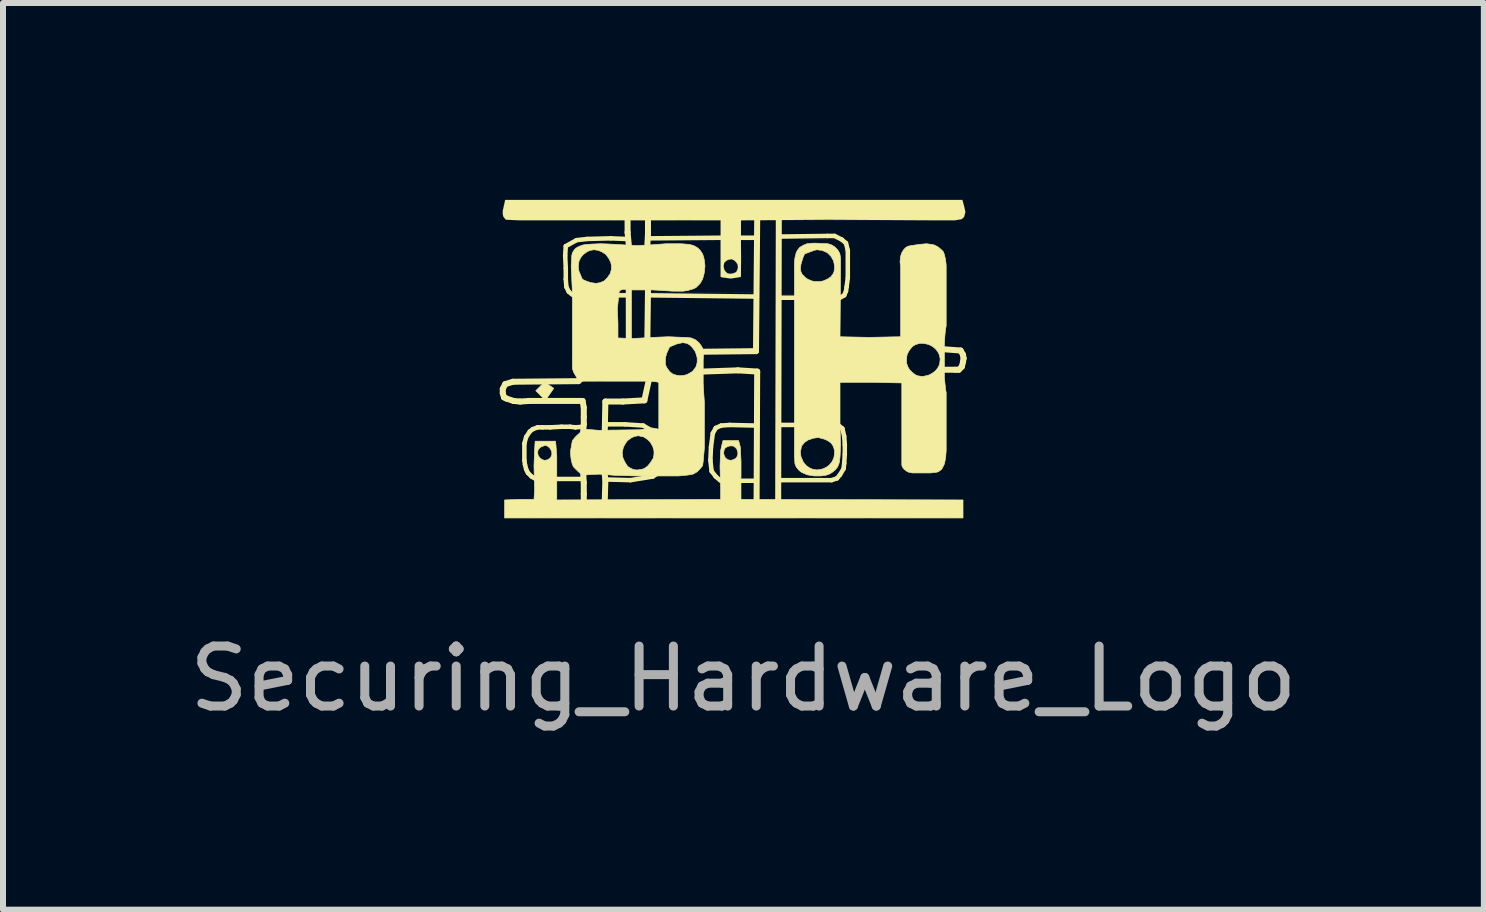
<source format=kicad_pcb>
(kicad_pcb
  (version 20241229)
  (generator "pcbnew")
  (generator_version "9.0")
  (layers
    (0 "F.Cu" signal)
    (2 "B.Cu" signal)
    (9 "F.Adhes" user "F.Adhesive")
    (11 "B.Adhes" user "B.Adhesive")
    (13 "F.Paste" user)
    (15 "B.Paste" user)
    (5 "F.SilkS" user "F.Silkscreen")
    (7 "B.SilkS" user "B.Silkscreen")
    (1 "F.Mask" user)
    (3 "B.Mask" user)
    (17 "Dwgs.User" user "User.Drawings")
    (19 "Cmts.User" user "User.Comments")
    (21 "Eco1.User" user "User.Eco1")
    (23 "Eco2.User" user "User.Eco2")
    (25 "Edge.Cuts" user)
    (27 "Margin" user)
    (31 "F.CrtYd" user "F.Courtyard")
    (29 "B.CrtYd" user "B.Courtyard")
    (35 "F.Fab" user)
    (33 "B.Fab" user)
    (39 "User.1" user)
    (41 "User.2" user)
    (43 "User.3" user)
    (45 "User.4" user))
  (footprint "Securing_Hardware_Logo"
    (layer "F.Cu")
    (at 9.129 2.932)
    (property "Reference" "Securing_Hardware_Logo" (at 0.21 5.33 0) (layer "F.Fab") (effects (font (size 1 1) (thickness 0.15))))
    (attr through_hole)
    (fp_line (start -3.8 0.5) (end -3.8 0.57) (stroke (width 0.1) (type solid)) (layer "F.SilkS"))
    (fp_line (start -3.8 0.57) (end -3.78 0.64) (stroke (width 0.1) (type solid)) (layer "F.SilkS"))
    (fp_line (start -3.78 0.64) (end -3.74 0.66) (stroke (width 0.1) (type solid)) (layer "F.SilkS"))
    (fp_line (start -3.76 0.42) (end -3.8 0.5) (stroke (width 0.1) (type solid)) (layer "F.SilkS"))
    (fp_line (start -3.74 0.66) (end -3.62 0.7) (stroke (width 0.1) (type solid)) (layer "F.SilkS"))
    (fp_line (start -3.63 0.38) (end -3.76 0.42) (stroke (width 0.1) (type solid)) (layer "F.SilkS"))
    (fp_line (start -3.62 0.7) (end -3.51 0.71) (stroke (width 0.1) (type solid)) (layer "F.SilkS"))
    (fp_line (start -3.51 0.71) (end -3.36 0.7) (stroke (width 0.1) (type solid)) (layer "F.SilkS"))
    (fp_line (start -3.44 1.41) (end -3.41 1.3) (stroke (width 0.075) (type solid)) (layer "F.SilkS"))
    (fp_line (start -3.44 1.69) (end -3.44 1.41) (stroke (width 0.075) (type solid)) (layer "F.SilkS"))
    (fp_line (start -3.44 1.69) (end -3.43 1.76) (stroke (width 0.075) (type solid)) (layer "F.SilkS"))
    (fp_line (start -3.43 1.76) (end -3.41 1.84) (stroke (width 0.075) (type solid)) (layer "F.SilkS"))
    (fp_line (start -3.41 1.3) (end -3.35 1.21) (stroke (width 0.075) (type solid)) (layer "F.SilkS"))
    (fp_line (start -3.41 1.84) (end -3.38 1.9) (stroke (width 0.075) (type solid)) (layer "F.SilkS"))
    (fp_line (start -3.38 1.9) (end -3.32 1.96) (stroke (width 0.075) (type solid)) (layer "F.SilkS"))
    (fp_line (start -3.36 0.7) (end -2.47 0.7) (stroke (width 0.1) (type solid)) (layer "F.SilkS"))
    (fp_line (start -3.35 1.21) (end -3.3 1.17) (stroke (width 0.075) (type solid)) (layer "F.SilkS"))
    (fp_line (start -3.32 1.96) (end -3.27 1.99) (stroke (width 0.075) (type solid)) (layer "F.SilkS"))
    (fp_line (start -3.3 1.17) (end -3.22 1.14) (stroke (width 0.075) (type solid)) (layer "F.SilkS"))
    (fp_line (start -3.22 1.14) (end -3.14 1.14) (stroke (width 0.075) (type solid)) (layer "F.SilkS"))
    (fp_line (start -3.14 1.14) (end -3.01 1.14) (stroke (width 0.075) (type solid)) (layer "F.SilkS"))
    (fp_line (start -3.01 1.14) (end -2.82 1.13) (stroke (width 0.075) (type solid)) (layer "F.SilkS"))
    (fp_line (start -2.9 2) (end -2.49 2) (stroke (width 0.075) (type solid)) (layer "F.SilkS"))
    (fp_line (start -2.82 1.13) (end -2.68 1.13) (stroke (width 0.075) (type solid)) (layer "F.SilkS"))
    (fp_line (start -2.76 -1.72) (end -2.75 -1.88) (stroke (width 0.075) (type solid)) (layer "F.SilkS"))
    (fp_line (start -2.75 -1.88) (end -2.57 -1.98) (stroke (width 0.075) (type solid)) (layer "F.SilkS"))
    (fp_line (start -2.75 -1.51) (end -2.76 -1.72) (stroke (width 0.075) (type solid)) (layer "F.SilkS"))
    (fp_line (start -2.75 -1.33) (end -2.75 -1.51) (stroke (width 0.075) (type solid)) (layer "F.SilkS"))
    (fp_line (start -2.74 -1.2) (end -2.75 -1.33) (stroke (width 0.075) (type solid)) (layer "F.SilkS"))
    (fp_line (start -2.7 -1.12) (end -2.74 -1.2) (stroke (width 0.075) (type solid)) (layer "F.SilkS"))
    (fp_line (start -2.68 1.13) (end -2.59 1.14) (stroke (width 0.075) (type solid)) (layer "F.SilkS"))
    (fp_line (start -2.64 -1.07) (end -2.7 -1.12) (stroke (width 0.075) (type solid)) (layer "F.SilkS"))
    (fp_line (start -2.59 1.14) (end -2.46 1.13) (stroke (width 0.075) (type solid)) (layer "F.SilkS"))
    (fp_line (start -2.57 -1.98) (end -2.39 -2) (stroke (width 0.075) (type solid)) (layer "F.SilkS"))
    (fp_line (start -2.54 0.37) (end -3.63 0.38) (stroke (width 0.1) (type solid)) (layer "F.SilkS"))
    (fp_line (start -2.54 0.37) (end -2.48 0.32) (stroke (width 0.1) (type solid)) (layer "F.SilkS"))
    (fp_line (start -2.47 0.7) (end -2.45 0.81) (stroke (width 0.1) (type solid)) (layer "F.SilkS"))
    (fp_line (start -2.46 1.9) (end -2.45 2.06) (stroke (width 0.1) (type solid)) (layer "F.SilkS"))
    (fp_line (start -2.45 0.81) (end -2.45 0.97) (stroke (width 0.1) (type solid)) (layer "F.SilkS"))
    (fp_line (start -2.45 0.97) (end -2.45 1.09) (stroke (width 0.1) (type solid)) (layer "F.SilkS"))
    (fp_line (start -2.45 1.09) (end -2.46 1.21) (stroke (width 0.1) (type solid)) (layer "F.SilkS"))
    (fp_line (start -2.45 2.06) (end -2.45 2.25) (stroke (width 0.1) (type solid)) (layer "F.SilkS"))
    (fp_line (start -2.45 2.25) (end -2.45 2.35) (stroke (width 0.1) (type solid)) (layer "F.SilkS"))
    (fp_line (start -2.39 -2) (end -2 -2.01) (stroke (width 0.075) (type solid)) (layer "F.SilkS"))
    (fp_line (start -2.1 1.93) (end -2.09 2.01) (stroke (width 0.1) (type solid)) (layer "F.SilkS"))
    (fp_line (start -2.09 0.71) (end -2.1 1.19) (stroke (width 0.1) (type solid)) (layer "F.SilkS"))
    (fp_line (start -2.09 2.01) (end -2.1 2.35) (stroke (width 0.1) (type solid)) (layer "F.SilkS"))
    (fp_line (start -2.05 1.09) (end -1.76 1.09) (stroke (width 0.075) (type solid)) (layer "F.SilkS"))
    (fp_line (start -2.04 2.01) (end -1.67 2.02) (stroke (width 0.075) (type solid)) (layer "F.SilkS"))
    (fp_line (start -2 -2.01) (end -1.76 -2) (stroke (width 0.075) (type solid)) (layer "F.SilkS"))
    (fp_line (start -1.87 -1.06) (end -1.74 -1.06) (stroke (width 0.075) (type solid)) (layer "F.SilkS"))
    (fp_line (start -1.8 0.71) (end -2.09 0.71) (stroke (width 0.1) (type solid)) (layer "F.SilkS"))
    (fp_line (start -1.76 1.09) (end -1.46 1.11) (stroke (width 0.075) (type solid)) (layer "F.SilkS"))
    (fp_line (start -1.72 -2.31) (end -1.72 -2.11) (stroke (width 0.1) (type solid)) (layer "F.SilkS"))
    (fp_line (start -1.72 -2.11) (end -1.7 -1.9) (stroke (width 0.1) (type solid)) (layer "F.SilkS"))
    (fp_line (start -1.7 -1.15) (end -1.7 -0.34) (stroke (width 0.1) (type solid)) (layer "F.SilkS"))
    (fp_line (start -1.67 2.02) (end -1.3 1.96) (stroke (width 0.075) (type solid)) (layer "F.SilkS"))
    (fp_line (start -1.46 1.11) (end -1.25 1.23) (stroke (width 0.075) (type solid)) (layer "F.SilkS"))
    (fp_line (start -1.44 0.69) (end -1.8 0.71) (stroke (width 0.1) (type solid)) (layer "F.SilkS"))
    (fp_line (start -1.38 -2.31) (end -1.38 -2.09) (stroke (width 0.1) (type solid)) (layer "F.SilkS"))
    (fp_line (start -1.38 -2.09) (end -1.39 -1.9) (stroke (width 0.1) (type solid)) (layer "F.SilkS"))
    (fp_line (start -1.38 -1.14) (end -1.39 -0.35) (stroke (width 0.1) (type solid)) (layer "F.SilkS"))
    (fp_line (start -1.37 0.37) (end -1.44 0.69) (stroke (width 0.1) (type solid)) (layer "F.SilkS"))
    (fp_line (start -1.33 -1.06) (end 0.39 -1.04) (stroke (width 0.075) (type solid)) (layer "F.SilkS"))
    (fp_line (start -1.24 1.92) (end -1.3 1.96) (stroke (width 0.075) (type solid)) (layer "F.SilkS"))
    (fp_line (start -0.46 0.21) (end 0.12 0.19) (stroke (width 0.1) (type solid)) (layer "F.SilkS"))
    (fp_line (start -0.34 1.69) (end -0.33 1.47) (stroke (width 0.075) (type solid)) (layer "F.SilkS"))
    (fp_line (start -0.33 1.47) (end -0.3 1.24) (stroke (width 0.075) (type solid)) (layer "F.SilkS"))
    (fp_line (start -0.32 1.87) (end -0.34 1.69) (stroke (width 0.075) (type solid)) (layer "F.SilkS"))
    (fp_line (start -0.3 1.24) (end -0.25 1.15) (stroke (width 0.075) (type solid)) (layer "F.SilkS"))
    (fp_line (start -0.25 1.15) (end -0.16 1.11) (stroke (width 0.075) (type solid)) (layer "F.SilkS"))
    (fp_line (start -0.25 1.96) (end -0.32 1.87) (stroke (width 0.075) (type solid)) (layer "F.SilkS"))
    (fp_line (start -0.17 -2.02) (end -1.34 -2.01) (stroke (width 0.075) (type solid)) (layer "F.SilkS"))
    (fp_line (start -0.17 2.03) (end -0.25 1.96) (stroke (width 0.075) (type solid)) (layer "F.SilkS"))
    (fp_line (start -0.16 1.11) (end -0.02 1.1) (stroke (width 0.075) (type solid)) (layer "F.SilkS"))
    (fp_line (start -0.02 1.1) (end 0.41 1.11) (stroke (width 0.075) (type solid)) (layer "F.SilkS"))
    (fp_line (start 0.12 0.19) (end 0.44 0.21) (stroke (width 0.1) (type solid)) (layer "F.SilkS"))
    (fp_line (start 0.17 2.03) (end 0.41 2.03) (stroke (width 0.075) (type solid)) (layer "F.SilkS"))
    (fp_line (start 0.39 -2.02) (end 0.17 -2.02) (stroke (width 0.075) (type solid)) (layer "F.SilkS"))
    (fp_line (start 0.42 -0.13) (end -0.48 -0.12) (stroke (width 0.1) (type solid)) (layer "F.SilkS"))
    (fp_line (start 0.44 -2.31) (end 0.42 -0.13) (stroke (width 0.1) (type solid)) (layer "F.SilkS"))
    (fp_line (start 0.44 0.21) (end 0.43 2.34) (stroke (width 0.1) (type solid)) (layer "F.SilkS"))
    (fp_line (start 0.8 -2.31) (end 0.79 2.34) (stroke (width 0.1) (type solid)) (layer "F.SilkS"))
    (fp_line (start 0.84 -1.02) (end 1.07 -1.02) (stroke (width 0.075) (type solid)) (layer "F.SilkS"))
    (fp_line (start 0.84 1.1) (end 1.06 1.1) (stroke (width 0.075) (type solid)) (layer "F.SilkS"))
    (fp_line (start 0.84 2.02) (end 1.68 2.02) (stroke (width 0.075) (type solid)) (layer "F.SilkS"))
    (fp_line (start 1.61 -2.05) (end 0.84 -2.04) (stroke (width 0.075) (type solid)) (layer "F.SilkS"))
    (fp_line (start 1.68 2.02) (end 1.77 1.99) (stroke (width 0.075) (type solid)) (layer "F.SilkS"))
    (fp_line (start 1.73 -2.05) (end 1.61 -2.05) (stroke (width 0.075) (type solid)) (layer "F.SilkS"))
    (fp_line (start 1.77 1.99) (end 1.82 1.93) (stroke (width 0.075) (type solid)) (layer "F.SilkS"))
    (fp_line (start 1.82 -1.02) (end 1.89 -1.06) (stroke (width 0.075) (type solid)) (layer "F.SilkS"))
    (fp_line (start 1.82 1.93) (end 1.88 1.83) (stroke (width 0.075) (type solid)) (layer "F.SilkS"))
    (fp_line (start 1.85 -1.99) (end 1.73 -2.05) (stroke (width 0.075) (type solid)) (layer "F.SilkS"))
    (fp_line (start 1.86 1.16) (end 1.8 1.11) (stroke (width 0.075) (type solid)) (layer "F.SilkS"))
    (fp_line (start 1.88 1.83) (end 1.89 1.74) (stroke (width 0.075) (type solid)) (layer "F.SilkS"))
    (fp_line (start 1.89 -1.06) (end 1.92 -1.13) (stroke (width 0.075) (type solid)) (layer "F.SilkS"))
    (fp_line (start 1.89 1.29) (end 1.86 1.16) (stroke (width 0.075) (type solid)) (layer "F.SilkS"))
    (fp_line (start 1.89 1.74) (end 1.9 1.59) (stroke (width 0.075) (type solid)) (layer "F.SilkS"))
    (fp_line (start 1.9 1.43) (end 1.89 1.29) (stroke (width 0.075) (type solid)) (layer "F.SilkS"))
    (fp_line (start 1.9 1.59) (end 1.9 1.43) (stroke (width 0.075) (type solid)) (layer "F.SilkS"))
    (fp_line (start 1.92 -1.93) (end 1.85 -1.99) (stroke (width 0.075) (type solid)) (layer "F.SilkS"))
    (fp_line (start 1.92 -1.13) (end 1.93 -1.2) (stroke (width 0.075) (type solid)) (layer "F.SilkS"))
    (fp_line (start 1.93 -1.2) (end 1.95 -1.35) (stroke (width 0.075) (type solid)) (layer "F.SilkS"))
    (fp_line (start 1.95 -1.81) (end 1.92 -1.93) (stroke (width 0.075) (type solid)) (layer "F.SilkS"))
    (fp_line (start 1.95 -1.35) (end 1.95 -1.81) (stroke (width 0.075) (type solid)) (layer "F.SilkS"))
    (fp_line (start 3.57 -0.16) (end 3.83 -0.14) (stroke (width 0.1) (type solid)) (layer "F.SilkS"))
    (fp_line (start 3.74 0.18) (end 3.56 0.18) (stroke (width 0.1) (type solid)) (layer "F.SilkS"))
    (fp_line (start 3.8 0.18) (end 3.74 0.18) (stroke (width 0.1) (type solid)) (layer "F.SilkS"))
    (fp_line (start 3.83 -0.14) (end 3.87 -0.07) (stroke (width 0.1) (type solid)) (layer "F.SilkS"))
    (fp_line (start 3.85 0.13) (end 3.8 0.18) (stroke (width 0.1) (type solid)) (layer "F.SilkS"))
    (fp_line (start 3.87 -0.07) (end 3.88 -0.01) (stroke (width 0.1) (type solid)) (layer "F.SilkS"))
    (fp_line (start 3.87 0.05) (end 3.85 0.13) (stroke (width 0.1) (type solid)) (layer "F.SilkS"))
    (fp_line (start 3.88 -0.01) (end 3.87 0.05) (stroke (width 0.1) (type solid)) (layer "F.SilkS"))
    (fp_poly (pts (xy -3.11 0.39) (xy -3.25 0.53) (xy -3.09 0.69) (xy -2.95 0.49) (xy -3.1 0.39)) (stroke (width 0.01) (type solid)) (fill yes) (layer "F.SilkS"))
    (fp_poly (pts (xy -3.76 -2.65) (xy 3.86 -2.65) (xy 3.89 -2.54) (xy 3.91 -2.45) (xy 3.89 -2.37) (xy 3.85 -2.33) (xy 3.74 -2.31) (xy 3.38 -2.31) (xy 1.62 -2.32) (xy 0.17 -2.31) (xy 0.17 -1.68) (xy 0.17 -1.37) (xy 0.13 -1.36) (xy 0.07 -1.35) (xy 0 -1.34) (xy 0 -1.42) (xy 0.05 -1.43) (xy 0.09 -1.45) (xy 0.11 -1.49) (xy 0.12 -1.53) (xy 0.11 -1.58) (xy 0.09 -1.61) (xy 0.06 -1.64) (xy 0.02 -1.66) (xy 0 -1.66) (xy -0.05 -1.65) (xy -0.08 -1.63) (xy -0.11 -1.6) (xy -0.12 -1.55) (xy -0.11 -1.49) (xy -0.09 -1.46) (xy -0.06 -1.43) (xy -0.02 -1.42) (xy 0 -1.42) (xy 0 -1.34) (xy -0.15 -1.36) (xy -0.17 -1.37) (xy -0.17 -2.31) (xy -3.52 -2.31) (xy -3.75 -2.32) (xy -3.79 -2.37) (xy -3.8 -2.41) (xy -3.8 -2.47)) (stroke (width 0) (type solid)) (fill yes) (layer "F.SilkS"))
    (fp_poly (pts (xy -3.77 2.65) (xy 3.87 2.65) (xy 3.87 2.35) (xy 0.17 2.34) (xy 0.17 1.7) (xy 0.16 1.47) (xy 0.13 1.36) (xy 0 1.36) (xy 0 1.45) (xy 0.04 1.45) (xy 0.07 1.47) (xy 0.1 1.5) (xy 0.11 1.53) (xy 0.12 1.57) (xy 0.11 1.62) (xy 0.08 1.66) (xy 0.04 1.68) (xy 0 1.69) (xy -0.05 1.68) (xy -0.09 1.65) (xy -0.11 1.61) (xy -0.12 1.57) (xy -0.11 1.51) (xy -0.09 1.48) (xy -0.05 1.46) (xy -0.02 1.45) (xy 0 1.45) (xy 0 1.36) (xy -0.13 1.36) (xy -0.15 1.44) (xy -0.17 1.53) (xy -0.18 1.79) (xy -0.17 2.15) (xy -0.17 2.34) (xy -2.9 2.35) (xy -2.9 2.08) (xy -2.9 1.83) (xy -2.9 1.61) (xy -2.92 1.37) (xy -3.1 1.37) (xy -3.1 1.44) (xy -3.06 1.45) (xy -3.02 1.48) (xy -2.99 1.53) (xy -2.98 1.58) (xy -2.99 1.62) (xy -3.01 1.65) (xy -3.05 1.68) (xy -3.1 1.69) (xy -3.14 1.68) (xy -3.18 1.65) (xy -3.21 1.61) (xy -3.22 1.56) (xy -3.21 1.51) (xy -3.17 1.47) (xy -3.12 1.45) (xy -3.1 1.44) (xy -3.1 1.37) (xy -3.26 1.37) (xy -3.27 1.53) (xy -3.28 1.78) (xy -3.27 2.19) (xy -3.28 2.34) (xy -3.52 2.34) (xy -3.77 2.35)) (stroke (width 0.01) (type solid)) (fill yes) (layer "F.SilkS"))
    (fp_poly (pts (xy 1.44 1.85) (xy 1.44 1.95) (xy 1.5 1.95) (xy 1.58 1.94) (xy 1.64 1.92) (xy 1.69 1.89) (xy 1.74 1.85) (xy 1.78 1.8) (xy 1.8 1.75) (xy 1.81 1.72) (xy 1.82 1.64) (xy 1.83 1.43) (xy 1.82 1.11) (xy 1.82 0.39) (xy 2.37 0.39) (xy 2.85 0.4) (xy 2.85 1.72) (xy 2.85 1.77) (xy 2.86 1.8) (xy 2.89 1.84) (xy 2.93 1.87) (xy 2.97 1.89) (xy 3.03 1.9) (xy 3.17 1.9) (xy 3.33 1.9) (xy 3.42 1.89) (xy 3.46 1.88) (xy 3.5 1.85) (xy 3.52 1.83) (xy 3.54 1.79) (xy 3.56 1.75) (xy 3.58 1.65) (xy 3.59 1.53) (xy 3.59 0.56) (xy 3.58 0.51) (xy 3.56 0.31) (xy 3.56 0) (xy 3.49 0) (xy 3.48 0.09) (xy 3.45 0.15) (xy 3.41 0.2) (xy 3.37 0.23) (xy 3.3 0.27) (xy 3.21 0.29) (xy 3.17 0.29) (xy 3.11 0.28) (xy 3.07 0.26) (xy 3.02 0.22) (xy 2.98 0.18) (xy 2.95 0.13) (xy 2.93 0.07) (xy 2.93 -0.02) (xy 2.94 -0.08) (xy 2.98 -0.15) (xy 3.03 -0.21) (xy 3.08 -0.24) (xy 3.15 -0.26) (xy 3.2 -0.26) (xy 3.26 -0.25) (xy 3.3 -0.24) (xy 3.36 -0.21) (xy 3.41 -0.17) (xy 3.45 -0.12) (xy 3.47 -0.08) (xy 3.48 -0.05) (xy 3.49 0) (xy 3.56 0) (xy 3.56 -0.26) (xy 3.57 -0.41) (xy 3.58 -0.5) (xy 3.59 -0.55) (xy 3.59 -1.56) (xy 3.58 -1.65) (xy 3.56 -1.74) (xy 3.54 -1.79) (xy 3.51 -1.82) (xy 3.45 -1.87) (xy 3.39 -1.9) (xy 3.34 -1.91) (xy 3.26 -1.92) (xy 3.15 -1.91) (xy 3.01 -1.89) (xy 2.96 -1.88) (xy 2.92 -1.86) (xy 2.88 -1.82) (xy 2.85 -1.77) (xy 2.83 -1.71) (xy 2.82 -1.62) (xy 2.83 -1.55) (xy 2.83 -0.37) (xy 2.3 -0.36) (xy 1.82 -0.37) (xy 1.83 -1.53) (xy 1.73 -1.53) (xy 1.72 -1.45) (xy 1.7 -1.41) (xy 1.69 -1.4) (xy 1.67 -1.37) (xy 1.61 -1.33) (xy 1.54 -1.3) (xy 1.49 -1.29) (xy 1.4 -1.29) (xy 1.35 -1.3) (xy 1.28 -1.33) (xy 1.24 -1.36) (xy 1.19 -1.41) (xy 1.17 -1.45) (xy 1.16 -1.5) (xy 1.17 -1.58) (xy 1.2 -1.68) (xy 1.23 -1.75) (xy 1.39 -1.81) (xy 1.43 -1.82) (xy 1.52 -1.81) (xy 1.61 -1.77) (xy 1.67 -1.71) (xy 1.71 -1.64) (xy 1.72 -1.6) (xy 1.73 -1.53) (xy 1.83 -1.53) (xy 1.83 -1.67) (xy 1.82 -1.74) (xy 1.81 -1.77) (xy 1.78 -1.82) (xy 1.73 -1.87) (xy 1.68 -1.9) (xy 1.62 -1.92) (xy 1.41 -1.93) (xy 1.37 -1.93) (xy 1.27 -1.92) (xy 1.22 -1.9) (xy 1.15 -1.86) (xy 1.11 -1.81) (xy 1.09 -1.77) (xy 1.07 -1.69) (xy 1.06 -1.61) (xy 1.06 -1.5) (xy 1.06 -1.27) (xy 1.06 -1.05) (xy 1.06 1.62) (xy 1.07 1.75) (xy 1.09 1.8) (xy 1.14 1.86) (xy 1.18 1.89) (xy 1.27 1.93) (xy 1.39 1.95) (xy 1.44 1.95) (xy 1.44 1.85) (xy 1.37 1.84) (xy 1.32 1.82) (xy 1.26 1.78) (xy 1.21 1.72) (xy 1.17 1.63) (xy 1.16 1.55) (xy 1.18 1.45) (xy 1.23 1.39) (xy 1.29 1.35) (xy 1.38 1.32) (xy 1.46 1.31) (xy 1.57 1.34) (xy 1.63 1.37) (xy 1.68 1.41) (xy 1.71 1.46) (xy 1.73 1.53) (xy 1.73 1.56) (xy 1.72 1.64) (xy 1.69 1.71) (xy 1.64 1.77) (xy 1.6 1.8) (xy 1.54 1.83) (xy 1.5 1.84)) (stroke (width 0.01) (type solid)) (fill yes) (layer "F.SilkS"))
    (fp_poly (pts (xy -1.55 1.95) (xy -0.87 1.95) (xy -0.76 1.94) (xy -0.68 1.93) (xy -0.63 1.92) (xy -0.61 1.91) (xy -0.56 1.88) (xy -0.52 1.84) (xy -0.47 1.78) (xy -0.46 1.71) (xy -0.44 1.48) (xy -0.44 0.73) (xy -0.45 0.58) (xy -0.46 0.41) (xy -0.46 0.02) (xy -0.45 -0.13) (xy -0.47 -0.18) (xy -0.5 -0.23) (xy -0.53 -0.27) (xy -0.59 -0.32) (xy -0.66 -0.35) (xy -0.75 -0.36) (xy -0.79 -0.36) (xy -0.79 -0.27) (xy -0.73 -0.26) (xy -0.68 -0.23) (xy -0.64 -0.19) (xy -0.59 -0.12) (xy -0.56 -0.02) (xy -0.56 0.06) (xy -0.58 0.13) (xy -0.6 0.16) (xy -0.64 0.21) (xy -0.71 0.25) (xy -0.76 0.27) (xy -0.84 0.28) (xy -0.91 0.27) (xy -0.97 0.25) (xy -1.02 0.21) (xy -1.07 0.14) (xy -1.09 0.09) (xy -1.09 -0.01) (xy -1.07 -0.09) (xy -1.02 -0.2) (xy -0.9 -0.25) (xy -0.81 -0.27) (xy -0.79 -0.27) (xy -0.79 -0.36) (xy -1.04 -0.37) (xy -1.29 -0.36) (xy -1.65 -0.34) (xy -1.88 -0.35) (xy -1.88 -0.59) (xy -1.89 -0.84) (xy -1.86 -1.12) (xy -1.85 -1.14) (xy -1.8 -1.16) (xy -1.66 -1.15) (xy -1.3 -1.15) (xy -0.97 -1.13) (xy -0.79 -1.13) (xy -0.72 -1.14) (xy -0.62 -1.17) (xy -0.58 -1.19) (xy -0.51 -1.26) (xy -0.47 -1.33) (xy -0.45 -1.4) (xy -0.44 -1.45) (xy -0.43 -1.55) (xy -0.44 -1.64) (xy -0.45 -1.69) (xy -0.47 -1.75) (xy -0.51 -1.81) (xy -0.55 -1.85) (xy -0.62 -1.89) (xy -0.7 -1.91) (xy -0.84 -1.92) (xy -1.08 -1.92) (xy -1.35 -1.9) (xy -1.56 -1.89) (xy -1.77 -1.9) (xy -1.92 -1.91) (xy -2.17 -1.92) (xy -2.39 -1.91) (xy -2.46 -1.9) (xy -2.49 -1.89) (xy -2.54 -1.87) (xy -2.56 -1.86) (xy -2.6 -1.83) (xy -2.64 -1.77) (xy -2.65 -1.72) (xy -2.66 -1.55) (xy -2.54 -1.55) (xy -2.53 -1.63) (xy -2.5 -1.69) (xy -2.46 -1.74) (xy -2.39 -1.79) (xy -2.34 -1.81) (xy -2.28 -1.82) (xy -2.21 -1.81) (xy -2.14 -1.78) (xy -2.08 -1.74) (xy -2.03 -1.67) (xy -2 -1.61) (xy -1.99 -1.56) (xy -1.99 -1.49) (xy -2.01 -1.42) (xy -2.06 -1.35) (xy -2.11 -1.3) (xy -2.18 -1.27) (xy -2.25 -1.26) (xy -2.32 -1.27) (xy -2.39 -1.29) (xy -2.46 -1.32) (xy -2.48 -1.34) (xy -2.5 -1.39) (xy -2.53 -1.46) (xy -2.54 -1.51) (xy -2.54 -1.55) (xy -2.66 -1.55) (xy -2.65 -1.34) (xy -2.64 -1.09) (xy -2.64 0.16) (xy -2.62 0.22) (xy -2.58 0.29) (xy -2.53 0.37) (xy -1.39 0.37) (xy -1.25 0.38) (xy -1.2 0.39) (xy -1.2 0.49) (xy -1.2 1.17) (xy -1.31 1.15) (xy -1.52 1.18) (xy -2.19 1.19) (xy -2.45 1.17) (xy -2.58 1.29) (xy -2.64 1.36) (xy -2.67 1.53) (xy -2.67 1.59) (xy -2.66 1.68) (xy -2.64 1.76) (xy -2.62 1.8) (xy -2.55 1.87) (xy -2.47 1.94) (xy -2.39 1.93) (xy -2.19 1.92) (xy -1.92 1.94) (xy -1.58 1.95) (xy -1.58 1.85) (xy -1.63 1.84) (xy -1.69 1.81) (xy -1.72 1.79) (xy -1.77 1.71) (xy -1.8 1.64) (xy -1.81 1.56) (xy -1.79 1.47) (xy -1.75 1.4) (xy -1.72 1.36) (xy -1.65 1.31) (xy -1.6 1.29) (xy -1.54 1.28) (xy -1.45 1.3) (xy -1.39 1.34) (xy -1.34 1.39) (xy -1.3 1.46) (xy -1.28 1.53) (xy -1.28 1.59) (xy -1.29 1.65) (xy -1.32 1.7) (xy -1.34 1.73) (xy -1.39 1.79) (xy -1.45 1.83) (xy -1.49 1.84) (xy -1.55 1.85) (xy -1.58 1.85) (xy -1.58 1.95)) (stroke (width 0.01) (type solid)) (fill yes) (layer "F.SilkS"))
    (fp_line (start -4.076 -2.931) (end -4.076 -2.931) (stroke (width 0.001) (type solid)) (layer "Dwgs.User"))
    (fp_line (start -4.076 -2.931) (end -4.069 -2.931) (stroke (width 0.001) (type solid)) (layer "Dwgs.User"))
    (fp_line (start -4.076 -2.929) (end -4.076 -2.931) (stroke (width 0.001) (type solid)) (layer "Dwgs.User"))
    (fp_line (start -3.684 0.701) (end -3.684 0.701) (stroke (width 0.001) (type solid)) (layer "Dwgs.User"))
    (fp_line (start -3.43 1.342) (end -3.43 1.342) (stroke (width 0.001) (type solid)) (layer "Dwgs.User"))
    (fp_line (start -3.254 0.526) (end -3.254 0.526) (stroke (width 0.001) (type solid)) (layer "Dwgs.User"))
    (fp_line (start -3.143 1.458) (end -3.143 1.458) (stroke (width 0.001) (type solid)) (layer "Dwgs.User"))
    (fp_line (start -3.098 0.387) (end -3.073 0.369) (stroke (width 0.001) (type solid)) (layer "Dwgs.User"))
    (fp_line (start -3.073 0.369) (end -3.098 0.387) (stroke (width 0.001) (type solid)) (layer "Dwgs.User"))
    (fp_line (start -3.073 0.369) (end -3.073 0.369) (stroke (width 0.001) (type solid)) (layer "Dwgs.User"))
    (fp_line (start -2.719 -1.89) (end -2.719 -1.89) (stroke (width 0.001) (type solid)) (layer "Dwgs.User"))
    (fp_line (start -2.542 -1.521) (end -2.542 -1.521) (stroke (width 0.001) (type solid)) (layer "Dwgs.User"))
    (fp_line (start -2.469 1.945) (end -2.469 1.945) (stroke (width 0.001) (type solid)) (layer "Dwgs.User"))
    (fp_line (start -2.457 1.172) (end -2.447 1.138) (stroke (width 0.001) (type solid)) (layer "Dwgs.User"))
    (fp_line (start -2.447 1.138) (end -2.457 1.172) (stroke (width 0.001) (type solid)) (layer "Dwgs.User"))
    (fp_line (start -2.096 1.926) (end -2.096 1.926) (stroke (width 0.001) (type solid)) (layer "Dwgs.User"))
    (fp_line (start -2.095 1.103) (end -2.095 1.103) (stroke (width 0.001) (type solid)) (layer "Dwgs.User"))
    (fp_line (start -1.862 -1.116) (end -1.862 -1.116) (stroke (width 0.001) (type solid)) (layer "Dwgs.User"))
    (fp_line (start -1.718 -2.314) (end -1.718 -2.314) (stroke (width 0.001) (type solid)) (layer "Dwgs.User"))
    (fp_line (start -1.699 -1.154) (end -1.699 -1.154) (stroke (width 0.001) (type solid)) (layer "Dwgs.User"))
    (fp_line (start -1.699 -1.154) (end -1.699 -1.133) (stroke (width 0.001) (type solid)) (layer "Dwgs.User"))
    (fp_line (start -1.699 -1.133) (end -1.699 -1.154) (stroke (width 0.001) (type solid)) (layer "Dwgs.User"))
    (fp_line (start -1.633 1.302) (end -1.633 1.302) (stroke (width 0.001) (type solid)) (layer "Dwgs.User"))
    (fp_line (start -1.633 1.302) (end -1.633 1.302) (stroke (width 0.001) (type solid)) (layer "Dwgs.User"))
    (fp_line (start -1.387 -1.155) (end -1.386 -1.108) (stroke (width 0.001) (type solid)) (layer "Dwgs.User"))
    (fp_line (start -1.386 -1.974) (end -1.386 -1.974) (stroke (width 0.001) (type solid)) (layer "Dwgs.User"))
    (fp_line (start -1.386 -1.108) (end -1.387 -1.155) (stroke (width 0.001) (type solid)) (layer "Dwgs.User"))
    (fp_line (start -1.025 -0.199) (end -1.025 -0.199) (stroke (width 0.001) (type solid)) (layer "Dwgs.User"))
    (fp_line (start -0.321 1.309) (end -0.321 1.309) (stroke (width 0.001) (type solid)) (layer "Dwgs.User"))
    (fp_line (start -0.04 -1.65) (end -0.04 -1.65) (stroke (width 0.001) (type solid)) (layer "Dwgs.User"))
    (fp_line (start -0.04 -1.65) (end -0.04 -1.65) (stroke (width 0.001) (type solid)) (layer "Dwgs.User"))
    (fp_line (start -0.04 1.455) (end -0.04 1.455) (stroke (width 0.001) (type solid)) (layer "Dwgs.User"))
    (fp_line (start -0.04 1.455) (end -0.04 1.455) (stroke (width 0.001) (type solid)) (layer "Dwgs.User"))
    (fp_line (start 0.435 -2.315) (end 0.435 -2.315) (stroke (width 0.001) (type solid)) (layer "Dwgs.User"))
    (fp_line (start 0.798 -2.006) (end 0.798 -2.006) (stroke (width 0.001) (type solid)) (layer "Dwgs.User"))
    (fp_line (start 0.798 1.098) (end 0.798 1.098) (stroke (width 0.001) (type solid)) (layer "Dwgs.User"))
    (fp_line (start 1.234 -1.75) (end 1.234 -1.75) (stroke (width 0.001) (type solid)) (layer "Dwgs.User"))
    (fp_line (start 1.33 1.336) (end 1.33 1.336) (stroke (width 0.001) (type solid)) (layer "Dwgs.User"))
    (fp_line (start 1.33 1.336) (end 1.33 1.336) (stroke (width 0.001) (type solid)) (layer "Dwgs.User"))
    (fp_line (start 3.096 -0.245) (end 3.096 -0.245) (stroke (width 0.001) (type solid)) (layer "Dwgs.User"))
    (fp_line (start 3.56 -0.153) (end 3.56 -0.153) (stroke (width 0.001) (type solid)) (layer "Dwgs.User"))
    (fp_curve (pts (xy -4.069 -2.931) (xy -4.071 -2.93) (xy -4.074 -2.929) (xy -4.076 -2.929)) (stroke (width 0.001) (type solid)) (layer "Dwgs.User"))
    (fp_curve (pts (xy -3.77 2.35) (xy -3.605 2.343) (xy -3.44 2.343) (xy -3.275 2.345)) (stroke (width 0.001) (type solid)) (layer "Dwgs.User"))
    (fp_curve (pts (xy -3.769 2.651) (xy -3.77 2.551) (xy -3.771 2.45) (xy -3.77 2.35)) (stroke (width 0.001) (type solid)) (layer "Dwgs.User"))
    (fp_curve (pts (xy -3.762 -2.653) (xy -1.219 -2.653) (xy 1.323 -2.654) (xy 3.866 -2.653)) (stroke (width 0.001) (type solid)) (layer "Dwgs.User"))
    (fp_curve (pts (xy -3.753 -2.327) (xy -3.847 -2.414) (xy -3.778 -2.548) (xy -3.762 -2.653)) (stroke (width 0.001) (type solid)) (layer "Dwgs.User"))
    (fp_curve (pts (xy -3.684 0.701) (xy -3.861 0.685) (xy -3.835 0.357) (xy -3.654 0.373)) (stroke (width 0.001) (type solid)) (layer "Dwgs.User"))
    (fp_curve (pts (xy -3.654 0.373) (xy -3.46 0.365) (xy -3.267 0.374) (xy -3.073 0.369)) (stroke (width 0.001) (type solid)) (layer "Dwgs.User"))
    (fp_curve (pts (xy -3.43 1.342) (xy -3.421 1.226) (xy -3.31 1.129) (xy -3.194 1.133)) (stroke (width 0.001) (type solid)) (layer "Dwgs.User"))
    (fp_curve (pts (xy -3.429 1.791) (xy -3.444 1.642) (xy -3.443 1.491) (xy -3.43 1.342)) (stroke (width 0.001) (type solid)) (layer "Dwgs.User"))
    (fp_curve (pts (xy -3.335 -2.314) (xy -3.474 -2.316) (xy -3.615 -2.303) (xy -3.753 -2.327)) (stroke (width 0.001) (type solid)) (layer "Dwgs.User"))
    (fp_curve (pts (xy -3.276 2.013) (xy -3.337 1.949) (xy -3.421 1.888) (xy -3.429 1.791)) (stroke (width 0.001) (type solid)) (layer "Dwgs.User"))
    (fp_curve (pts (xy -3.276 2.013) (xy -3.282 1.798) (xy -3.28 1.582) (xy -3.262 1.368)) (stroke (width 0.001) (type solid)) (layer "Dwgs.User"))
    (fp_curve (pts (xy -3.275 2.345) (xy -3.271 2.235) (xy -3.272 2.124) (xy -3.276 2.013)) (stroke (width 0.001) (type solid)) (layer "Dwgs.User"))
    (fp_curve (pts (xy -3.262 1.368) (xy -3.28 1.582) (xy -3.282 1.798) (xy -3.276 2.013)) (stroke (width 0.001) (type solid)) (layer "Dwgs.User"))
    (fp_curve (pts (xy -3.262 1.368) (xy -3.146 1.367) (xy -3.031 1.367) (xy -2.916 1.368)) (stroke (width 0.001) (type solid)) (layer "Dwgs.User"))
    (fp_curve (pts (xy -3.254 0.526) (xy -3.203 0.479) (xy -3.151 0.434) (xy -3.098 0.387)) (stroke (width 0.001) (type solid)) (layer "Dwgs.User"))
    (fp_curve (pts (xy -3.254 0.526) (xy -3.201 0.58) (xy -3.149 0.634) (xy -3.091 0.682)) (stroke (width 0.001) (type solid)) (layer "Dwgs.User"))
    (fp_curve (pts (xy -3.194 1.133) (xy -2.945 1.125) (xy -2.696 1.129) (xy -2.447 1.138)) (stroke (width 0.001) (type solid)) (layer "Dwgs.User"))
    (fp_curve (pts (xy -3.143 1.458) (xy -3.287 1.51) (xy -3.202 1.719) (xy -3.064 1.682)) (stroke (width 0.001) (type solid)) (layer "Dwgs.User"))
    (fp_curve (pts (xy -3.143 1.458) (xy -2.992 1.382) (xy -2.918 1.648) (xy -3.064 1.682)) (stroke (width 0.001) (type solid)) (layer "Dwgs.User"))
    (fp_curve (pts (xy -3.098 0.387) (xy -3.151 0.434) (xy -3.203 0.479) (xy -3.254 0.526)) (stroke (width 0.001) (type solid)) (layer "Dwgs.User"))
    (fp_curve (pts (xy -3.098 0.387) (xy -3.05 0.42) (xy -3.003 0.454) (xy -2.955 0.488)) (stroke (width 0.001) (type solid)) (layer "Dwgs.User"))
    (fp_curve (pts (xy -3.091 0.682) (xy -3.149 0.634) (xy -3.201 0.58) (xy -3.254 0.526)) (stroke (width 0.001) (type solid)) (layer "Dwgs.User"))
    (fp_curve (pts (xy -3.091 0.682) (xy -3.083 0.689) (xy -3.068 0.701) (xy -3.06 0.708)) (stroke (width 0.001) (type solid)) (layer "Dwgs.User"))
    (fp_curve (pts (xy -3.091 0.682) (xy -3.039 0.622) (xy -2.995 0.557) (xy -2.955 0.488)) (stroke (width 0.001) (type solid)) (layer "Dwgs.User"))
    (fp_curve (pts (xy -3.073 0.369) (xy -2.894 0.366) (xy -2.715 0.374) (xy -2.537 0.368)) (stroke (width 0.001) (type solid)) (layer "Dwgs.User"))
    (fp_curve (pts (xy -3.064 1.682) (xy -3.202 1.719) (xy -3.287 1.51) (xy -3.143 1.458)) (stroke (width 0.001) (type solid)) (layer "Dwgs.User"))
    (fp_curve (pts (xy -3.064 1.682) (xy -2.918 1.648) (xy -2.992 1.382) (xy -3.143 1.458)) (stroke (width 0.001) (type solid)) (layer "Dwgs.User"))
    (fp_curve (pts (xy -3.06 0.708) (xy -3.268 0.705) (xy -3.477 0.722) (xy -3.684 0.701)) (stroke (width 0.001) (type solid)) (layer "Dwgs.User"))
    (fp_curve (pts (xy -3.06 0.708) (xy -3.068 0.701) (xy -3.083 0.689) (xy -3.091 0.682)) (stroke (width 0.001) (type solid)) (layer "Dwgs.User"))
    (fp_curve (pts (xy -2.955 0.488) (xy -3.003 0.454) (xy -3.05 0.42) (xy -3.098 0.387)) (stroke (width 0.001) (type solid)) (layer "Dwgs.User"))
    (fp_curve (pts (xy -2.955 0.488) (xy -2.995 0.557) (xy -3.039 0.622) (xy -3.091 0.682)) (stroke (width 0.001) (type solid)) (layer "Dwgs.User"))
    (fp_curve (pts (xy -2.916 1.368) (xy -3.031 1.367) (xy -3.146 1.367) (xy -3.262 1.368)) (stroke (width 0.001) (type solid)) (layer "Dwgs.User"))
    (fp_curve (pts (xy -2.916 1.368) (xy -2.896 1.579) (xy -2.896 1.792) (xy -2.904 2.003)) (stroke (width 0.001) (type solid)) (layer "Dwgs.User"))
    (fp_curve (pts (xy -2.904 2.003) (xy -2.896 1.792) (xy -2.896 1.579) (xy -2.916 1.368)) (stroke (width 0.001) (type solid)) (layer "Dwgs.User"))
    (fp_curve (pts (xy -2.904 2.003) (xy -2.907 2.117) (xy -2.906 2.231) (xy -2.903 2.345)) (stroke (width 0.001) (type solid)) (layer "Dwgs.User"))
    (fp_curve (pts (xy -2.903 2.345) (xy -2.754 2.345) (xy -2.605 2.345) (xy -2.457 2.344)) (stroke (width 0.001) (type solid)) (layer "Dwgs.User"))
    (fp_curve (pts (xy -2.72 -1.238) (xy -2.73 -1.455) (xy -2.72 -1.673) (xy -2.719 -1.89)) (stroke (width 0.001) (type solid)) (layer "Dwgs.User"))
    (fp_curve (pts (xy -2.719 -1.89) (xy -2.614 -1.939) (xy -2.502 -1.979) (xy -2.384 -1.973)) (stroke (width 0.001) (type solid)) (layer "Dwgs.User"))
    (fp_curve (pts (xy -2.648 -1.727) (xy -2.677 -1.515) (xy -2.639 -1.302) (xy -2.643 -1.089)) (stroke (width 0.001) (type solid)) (layer "Dwgs.User"))
    (fp_curve (pts (xy -2.648 -1.727) (xy -2.639 -1.84) (xy -2.516 -1.894) (xy -2.417 -1.907)) (stroke (width 0.001) (type solid)) (layer "Dwgs.User"))
    (fp_curve (pts (xy -2.643 -1.089) (xy -2.68 -1.132) (xy -2.724 -1.176) (xy -2.72 -1.238)) (stroke (width 0.001) (type solid)) (layer "Dwgs.User"))
    (fp_curve (pts (xy -2.643 -1.089) (xy -2.639 -1.302) (xy -2.677 -1.515) (xy -2.648 -1.727)) (stroke (width 0.001) (type solid)) (layer "Dwgs.User"))
    (fp_curve (pts (xy -2.641 0.16) (xy -2.643 -0.256) (xy -2.639 -0.673) (xy -2.643 -1.089)) (stroke (width 0.001) (type solid)) (layer "Dwgs.User"))
    (fp_curve (pts (xy -2.636 1.359) (xy -2.679 1.493) (xy -2.682 1.642) (xy -2.635 1.775)) (stroke (width 0.001) (type solid)) (layer "Dwgs.User"))
    (fp_curve (pts (xy -2.636 1.359) (xy -2.59 1.286) (xy -2.518 1.233) (xy -2.457 1.172)) (stroke (width 0.001) (type solid)) (layer "Dwgs.User"))
    (fp_curve (pts (xy -2.635 1.775) (xy -2.682 1.642) (xy -2.679 1.493) (xy -2.636 1.359)) (stroke (width 0.001) (type solid)) (layer "Dwgs.User"))
    (fp_curve (pts (xy -2.635 1.775) (xy -2.595 1.844) (xy -2.523 1.888) (xy -2.469 1.945)) (stroke (width 0.001) (type solid)) (layer "Dwgs.User"))
    (fp_curve (pts (xy -2.542 -1.521) (xy -2.538 -1.45) (xy -2.493 -1.392) (xy -2.47 -1.326)) (stroke (width 0.001) (type solid)) (layer "Dwgs.User"))
    (fp_curve (pts (xy -2.542 -1.521) (xy -2.561 -1.682) (xy -2.404 -1.839) (xy -2.242 -1.815)) (stroke (width 0.001) (type solid)) (layer "Dwgs.User"))
    (fp_curve (pts (xy -2.537 0.368) (xy -2.569 0.298) (xy -2.624 0.237) (xy -2.641 0.16)) (stroke (width 0.001) (type solid)) (layer "Dwgs.User"))
    (fp_curve (pts (xy -2.537 0.368) (xy -2.149 0.373) (xy -1.762 0.366) (xy -1.374 0.372)) (stroke (width 0.001) (type solid)) (layer "Dwgs.User"))
    (fp_curve (pts (xy -2.47 -1.326) (xy -2.493 -1.392) (xy -2.538 -1.45) (xy -2.542 -1.521)) (stroke (width 0.001) (type solid)) (layer "Dwgs.User"))
    (fp_curve (pts (xy -2.47 -1.326) (xy -2.337 -1.254) (xy -2.144 -1.215) (xy -2.049 -1.366)) (stroke (width 0.001) (type solid)) (layer "Dwgs.User"))
    (fp_curve (pts (xy -2.469 1.945) (xy -2.523 1.888) (xy -2.595 1.844) (xy -2.635 1.775)) (stroke (width 0.001) (type solid)) (layer "Dwgs.User"))
    (fp_curve (pts (xy -2.469 1.945) (xy -2.466 1.96) (xy -2.461 1.99) (xy -2.459 2.005)) (stroke (width 0.001) (type solid)) (layer "Dwgs.User"))
    (fp_curve (pts (xy -2.469 1.945) (xy -2.346 1.926) (xy -2.221 1.919) (xy -2.096 1.926)) (stroke (width 0.001) (type solid)) (layer "Dwgs.User"))
    (fp_curve (pts (xy -2.46 0.71) (xy -2.661 0.705) (xy -2.861 0.715) (xy -3.06 0.708)) (stroke (width 0.001) (type solid)) (layer "Dwgs.User"))
    (fp_curve (pts (xy -2.459 2.005) (xy -2.607 2.003) (xy -2.755 2.003) (xy -2.904 2.003)) (stroke (width 0.001) (type solid)) (layer "Dwgs.User"))
    (fp_curve (pts (xy -2.459 2.005) (xy -2.461 1.99) (xy -2.466 1.96) (xy -2.469 1.945)) (stroke (width 0.001) (type solid)) (layer "Dwgs.User"))
    (fp_curve (pts (xy -2.457 1.172) (xy -2.518 1.233) (xy -2.59 1.286) (xy -2.636 1.359)) (stroke (width 0.001) (type solid)) (layer "Dwgs.User"))
    (fp_curve (pts (xy -2.457 1.172) (xy -2.337 1.185) (xy -2.217 1.188) (xy -2.096 1.186)) (stroke (width 0.001) (type solid)) (layer "Dwgs.User"))
    (fp_curve (pts (xy -2.457 2.344) (xy -2.455 2.231) (xy -2.452 2.118) (xy -2.459 2.005)) (stroke (width 0.001) (type solid)) (layer "Dwgs.User"))
    (fp_curve (pts (xy -2.457 2.344) (xy -2.336 2.343) (xy -2.215 2.343) (xy -2.094 2.343)) (stroke (width 0.001) (type solid)) (layer "Dwgs.User"))
    (fp_curve (pts (xy -2.447 1.138) (xy -2.427 0.996) (xy -2.456 0.852) (xy -2.46 0.71)) (stroke (width 0.001) (type solid)) (layer "Dwgs.User"))
    (fp_curve (pts (xy -2.417 -1.907) (xy -2.516 -1.894) (xy -2.639 -1.84) (xy -2.648 -1.727)) (stroke (width 0.001) (type solid)) (layer "Dwgs.User"))
    (fp_curve (pts (xy -2.417 -1.907) (xy -2.183 -1.935) (xy -1.947 -1.913) (xy -1.713 -1.896)) (stroke (width 0.001) (type solid)) (layer "Dwgs.User"))
    (fp_curve (pts (xy -2.384 -1.973) (xy -2.162 -1.968) (xy -1.94 -1.98) (xy -1.719 -1.97)) (stroke (width 0.001) (type solid)) (layer "Dwgs.User"))
    (fp_curve (pts (xy -2.242 -1.815) (xy -2.404 -1.839) (xy -2.561 -1.682) (xy -2.542 -1.521)) (stroke (width 0.001) (type solid)) (layer "Dwgs.User"))
    (fp_curve (pts (xy -2.242 -1.815) (xy -2.041 -1.791) (xy -1.9 -1.529) (xy -2.049 -1.366)) (stroke (width 0.001) (type solid)) (layer "Dwgs.User"))
    (fp_curve (pts (xy -2.096 1.186) (xy -2.217 1.188) (xy -2.337 1.185) (xy -2.457 1.172)) (stroke (width 0.001) (type solid)) (layer "Dwgs.User"))
    (fp_curve (pts (xy -2.096 1.186) (xy -2.096 1.165) (xy -2.096 1.123) (xy -2.095 1.103)) (stroke (width 0.001) (type solid)) (layer "Dwgs.User"))
    (fp_curve (pts (xy -2.096 1.186) (xy -1.833 1.175) (xy -1.566 1.202) (xy -1.305 1.152)) (stroke (width 0.001) (type solid)) (layer "Dwgs.User"))
    (fp_curve (pts (xy -2.096 1.926) (xy -2.221 1.919) (xy -2.346 1.926) (xy -2.469 1.945)) (stroke (width 0.001) (type solid)) (layer "Dwgs.User"))
    (fp_curve (pts (xy -2.096 1.926) (xy -2.096 1.945) (xy -2.095 1.983) (xy -2.095 2.003)) (stroke (width 0.001) (type solid)) (layer "Dwgs.User"))
    (fp_curve (pts (xy -2.096 1.926) (xy -1.823 1.956) (xy -1.55 1.943) (xy -1.276 1.947)) (stroke (width 0.001) (type solid)) (layer "Dwgs.User"))
    (fp_curve (pts (xy -2.095 1.103) (xy -2.096 1.123) (xy -2.096 1.165) (xy -2.096 1.186)) (stroke (width 0.001) (type solid)) (layer "Dwgs.User"))
    (fp_curve (pts (xy -2.095 1.103) (xy -1.831 1.116) (xy -1.562 1.073) (xy -1.305 1.152)) (stroke (width 0.001) (type solid)) (layer "Dwgs.User"))
    (fp_curve (pts (xy -2.095 2.003) (xy -2.095 1.983) (xy -2.096 1.945) (xy -2.096 1.926)) (stroke (width 0.001) (type solid)) (layer "Dwgs.User"))
    (fp_curve (pts (xy -2.095 2.003) (xy -2.093 2.116) (xy -2.094 2.23) (xy -2.094 2.343)) (stroke (width 0.001) (type solid)) (layer "Dwgs.User"))
    (fp_curve (pts (xy -2.094 2.343) (xy -2.215 2.343) (xy -2.336 2.343) (xy -2.457 2.344)) (stroke (width 0.001) (type solid)) (layer "Dwgs.User"))
    (fp_curve (pts (xy -2.094 2.343) (xy -1.453 2.345) (xy -0.812 2.345) (xy -0.171 2.344)) (stroke (width 0.001) (type solid)) (layer "Dwgs.User"))
    (fp_curve (pts (xy -2.092 0.71) (xy -2.094 0.841) (xy -2.094 0.972) (xy -2.095 1.103)) (stroke (width 0.001) (type solid)) (layer "Dwgs.User"))
    (fp_curve (pts (xy -2.049 -1.366) (xy -2.144 -1.215) (xy -2.337 -1.254) (xy -2.47 -1.326)) (stroke (width 0.001) (type solid)) (layer "Dwgs.User"))
    (fp_curve (pts (xy -2.049 -1.366) (xy -1.9 -1.529) (xy -2.041 -1.791) (xy -2.242 -1.815)) (stroke (width 0.001) (type solid)) (layer "Dwgs.User"))
    (fp_curve (pts (xy -1.881 -0.345) (xy -1.818 -0.344) (xy -1.755 -0.342) (xy -1.692 -0.341)) (stroke (width 0.001) (type solid)) (layer "Dwgs.User"))
    (fp_curve (pts (xy -1.862 -1.116) (xy -1.907 -0.862) (xy -1.876 -0.602) (xy -1.881 -0.345)) (stroke (width 0.001) (type solid)) (layer "Dwgs.User"))
    (fp_curve (pts (xy -1.862 -1.116) (xy -1.841 -1.178) (xy -1.75 -1.151) (xy -1.699 -1.154)) (stroke (width 0.001) (type solid)) (layer "Dwgs.User"))
    (fp_curve (pts (xy -1.757 1.731) (xy -1.859 1.586) (xy -1.794 1.371) (xy -1.633 1.302)) (stroke (width 0.001) (type solid)) (layer "Dwgs.User"))
    (fp_curve (pts (xy -1.757 1.731) (xy -1.68 1.906) (xy -1.407 1.88) (xy -1.331 1.716)) (stroke (width 0.001) (type solid)) (layer "Dwgs.User"))
    (fp_curve (pts (xy -1.719 -1.97) (xy -1.726 -2.084) (xy -1.721 -2.199) (xy -1.718 -2.314)) (stroke (width 0.001) (type solid)) (layer "Dwgs.User"))
    (fp_curve (pts (xy -1.719 -1.97) (xy -1.717 -1.951) (xy -1.714 -1.915) (xy -1.713 -1.896)) (stroke (width 0.001) (type solid)) (layer "Dwgs.User"))
    (fp_curve (pts (xy -1.718 -2.314) (xy -2.257 -2.315) (xy -2.796 -2.316) (xy -3.335 -2.314)) (stroke (width 0.001) (type solid)) (layer "Dwgs.User"))
    (fp_curve (pts (xy -1.718 -2.314) (xy -1.607 -2.314) (xy -1.496 -2.314) (xy -1.386 -2.315)) (stroke (width 0.001) (type solid)) (layer "Dwgs.User"))
    (fp_curve (pts (xy -1.713 -1.896) (xy -1.947 -1.913) (xy -2.183 -1.935) (xy -2.417 -1.907)) (stroke (width 0.001) (type solid)) (layer "Dwgs.User"))
    (fp_curve (pts (xy -1.713 -1.896) (xy -1.714 -1.915) (xy -1.717 -1.951) (xy -1.719 -1.97)) (stroke (width 0.001) (type solid)) (layer "Dwgs.User"))
    (fp_curve (pts (xy -1.713 -1.896) (xy -1.605 -1.892) (xy -1.496 -1.892) (xy -1.388 -1.897)) (stroke (width 0.001) (type solid)) (layer "Dwgs.User"))
    (fp_curve (pts (xy -1.699 -1.154) (xy -1.75 -1.151) (xy -1.841 -1.178) (xy -1.862 -1.116)) (stroke (width 0.001) (type solid)) (layer "Dwgs.User"))
    (fp_curve (pts (xy -1.699 -1.154) (xy -1.595 -1.153) (xy -1.491 -1.156) (xy -1.387 -1.155)) (stroke (width 0.001) (type solid)) (layer "Dwgs.User"))
    (fp_curve (pts (xy -1.699 -1.133) (xy -1.748 -1.104) (xy -1.808 -1.102) (xy -1.862 -1.116)) (stroke (width 0.001) (type solid)) (layer "Dwgs.User"))
    (fp_curve (pts (xy -1.692 -0.341) (xy -1.7 -0.605) (xy -1.694 -0.869) (xy -1.699 -1.133)) (stroke (width 0.001) (type solid)) (layer "Dwgs.User"))
    (fp_curve (pts (xy -1.692 -0.341) (xy -1.589 -0.34) (xy -1.487 -0.343) (xy -1.385 -0.353)) (stroke (width 0.001) (type solid)) (layer "Dwgs.User"))
    (fp_curve (pts (xy -1.633 1.302) (xy -1.794 1.371) (xy -1.859 1.586) (xy -1.757 1.731)) (stroke (width 0.001) (type solid)) (layer "Dwgs.User"))
    (fp_curve (pts (xy -1.633 1.302) (xy -1.4 1.196) (xy -1.173 1.528) (xy -1.331 1.716)) (stroke (width 0.001) (type solid)) (layer "Dwgs.User"))
    (fp_curve (pts (xy -1.436 0.688) (xy -1.654 0.713) (xy -1.873 0.712) (xy -2.092 0.71)) (stroke (width 0.001) (type solid)) (layer "Dwgs.User"))
    (fp_curve (pts (xy -1.388 -1.897) (xy -1.496 -1.892) (xy -1.605 -1.892) (xy -1.713 -1.896)) (stroke (width 0.001) (type solid)) (layer "Dwgs.User"))
    (fp_curve (pts (xy -1.388 -1.897) (xy -1.388 -1.916) (xy -1.386 -1.955) (xy -1.386 -1.974)) (stroke (width 0.001) (type solid)) (layer "Dwgs.User"))
    (fp_curve (pts (xy -1.388 -1.897) (xy -1.156 -1.913) (xy -0.922 -1.936) (xy -0.69 -1.908)) (stroke (width 0.001) (type solid)) (layer "Dwgs.User"))
    (fp_curve (pts (xy -1.387 -1.155) (xy -1.491 -1.156) (xy -1.595 -1.153) (xy -1.699 -1.154)) (stroke (width 0.001) (type solid)) (layer "Dwgs.User"))
    (fp_curve (pts (xy -1.387 -1.155) (xy -1.122 -1.166) (xy -0.845 -1.07) (xy -0.592 -1.181)) (stroke (width 0.001) (type solid)) (layer "Dwgs.User"))
    (fp_curve (pts (xy -1.386 -1.974) (xy -1.386 -1.955) (xy -1.388 -1.916) (xy -1.388 -1.897)) (stroke (width 0.001) (type solid)) (layer "Dwgs.User"))
    (fp_curve (pts (xy -1.386 -1.974) (xy -0.981 -1.969) (xy -0.576 -1.969) (xy -0.171 -1.975)) (stroke (width 0.001) (type solid)) (layer "Dwgs.User"))
    (fp_curve (pts (xy -1.386 -2.315) (xy -1.496 -2.314) (xy -1.607 -2.314) (xy -1.718 -2.314)) (stroke (width 0.001) (type solid)) (layer "Dwgs.User"))
    (fp_curve (pts (xy -1.386 -2.315) (xy -1.384 -2.201) (xy -1.383 -2.088) (xy -1.386 -1.974)) (stroke (width 0.001) (type solid)) (layer "Dwgs.User"))
    (fp_curve (pts (xy -1.386 -1.108) (xy -1.381 -0.856) (xy -1.383 -0.605) (xy -1.385 -0.353)) (stroke (width 0.001) (type solid)) (layer "Dwgs.User"))
    (fp_curve (pts (xy -1.385 -0.353) (xy -1.487 -0.343) (xy -1.589 -0.34) (xy -1.692 -0.341)) (stroke (width 0.001) (type solid)) (layer "Dwgs.User"))
    (fp_curve (pts (xy -1.385 -0.353) (xy -1.165 -0.371) (xy -0.943 -0.371) (xy -0.723 -0.357)) (stroke (width 0.001) (type solid)) (layer "Dwgs.User"))
    (fp_curve (pts (xy -1.374 0.372) (xy -1.762 0.366) (xy -2.149 0.373) (xy -2.537 0.368)) (stroke (width 0.001) (type solid)) (layer "Dwgs.User"))
    (fp_curve (pts (xy -1.374 0.372) (xy -1.393 0.477) (xy -1.415 0.583) (xy -1.436 0.688)) (stroke (width 0.001) (type solid)) (layer "Dwgs.User"))
    (fp_curve (pts (xy -1.331 1.716) (xy -1.407 1.88) (xy -1.68 1.906) (xy -1.757 1.731)) (stroke (width 0.001) (type solid)) (layer "Dwgs.User"))
    (fp_curve (pts (xy -1.331 1.716) (xy -1.173 1.528) (xy -1.4 1.196) (xy -1.633 1.302)) (stroke (width 0.001) (type solid)) (layer "Dwgs.User"))
    (fp_curve (pts (xy -1.305 1.152) (xy -1.566 1.202) (xy -1.833 1.175) (xy -2.096 1.186)) (stroke (width 0.001) (type solid)) (layer "Dwgs.User"))
    (fp_curve (pts (xy -1.305 1.152) (xy -1.278 1.157) (xy -1.224 1.165) (xy -1.197 1.17)) (stroke (width 0.001) (type solid)) (layer "Dwgs.User"))
    (fp_curve (pts (xy -1.276 1.947) (xy -1.55 1.943) (xy -1.823 1.956) (xy -2.096 1.926)) (stroke (width 0.001) (type solid)) (layer "Dwgs.User"))
    (fp_curve (pts (xy -1.276 1.947) (xy -1.543 2.024) (xy -1.821 2) (xy -2.095 2.003)) (stroke (width 0.001) (type solid)) (layer "Dwgs.User"))
    (fp_curve (pts (xy -1.201 0.386) (xy -1.259 0.38) (xy -1.316 0.374) (xy -1.374 0.372)) (stroke (width 0.001) (type solid)) (layer "Dwgs.User"))
    (fp_curve (pts (xy -1.197 1.17) (xy -1.196 0.908) (xy -1.191 0.647) (xy -1.201 0.386)) (stroke (width 0.001) (type solid)) (layer "Dwgs.User"))
    (fp_curve (pts (xy -1.045 0.177) (xy -1.141 0.064) (xy -1.075 -0.083) (xy -1.025 -0.199)) (stroke (width 0.001) (type solid)) (layer "Dwgs.User"))
    (fp_curve (pts (xy -1.045 0.177) (xy -0.936 0.341) (xy -0.665 0.294) (xy -0.581 0.13)) (stroke (width 0.001) (type solid)) (layer "Dwgs.User"))
    (fp_curve (pts (xy -1.025 -0.199) (xy -1.075 -0.083) (xy -1.141 0.064) (xy -1.045 0.177)) (stroke (width 0.001) (type solid)) (layer "Dwgs.User"))
    (fp_curve (pts (xy -1.025 -0.199) (xy -0.932 -0.238) (xy -0.833 -0.29) (xy -0.729 -0.257)) (stroke (width 0.001) (type solid)) (layer "Dwgs.User"))
    (fp_curve (pts (xy -0.729 -0.257) (xy -0.833 -0.29) (xy -0.932 -0.238) (xy -1.025 -0.199)) (stroke (width 0.001) (type solid)) (layer "Dwgs.User"))
    (fp_curve (pts (xy -0.729 -0.257) (xy -0.59 -0.192) (xy -0.521 -0.011) (xy -0.581 0.13)) (stroke (width 0.001) (type solid)) (layer "Dwgs.User"))
    (fp_curve (pts (xy -0.723 -0.357) (xy -0.59 -0.358) (xy -0.484 -0.251) (xy -0.452 -0.127)) (stroke (width 0.001) (type solid)) (layer "Dwgs.User"))
    (fp_curve (pts (xy -0.69 -1.908) (xy -0.922 -1.936) (xy -1.156 -1.913) (xy -1.388 -1.897)) (stroke (width 0.001) (type solid)) (layer "Dwgs.User"))
    (fp_curve (pts (xy -0.69 -1.908) (xy -0.563 -1.896) (xy -0.457 -1.785) (xy -0.445 -1.66)) (stroke (width 0.001) (type solid)) (layer "Dwgs.User"))
    (fp_curve (pts (xy -0.661 1.927) (xy -0.864 1.965) (xy -1.071 1.938) (xy -1.276 1.947)) (stroke (width 0.001) (type solid)) (layer "Dwgs.User"))
    (fp_curve (pts (xy -0.592 -1.181) (xy -0.845 -1.07) (xy -1.122 -1.166) (xy -1.387 -1.155)) (stroke (width 0.001) (type solid)) (layer "Dwgs.User"))
    (fp_curve (pts (xy -0.592 -1.181) (xy -0.437 -1.282) (xy -0.417 -1.492) (xy -0.445 -1.66)) (stroke (width 0.001) (type solid)) (layer "Dwgs.User"))
    (fp_curve (pts (xy -0.581 0.13) (xy -0.665 0.294) (xy -0.936 0.341) (xy -1.045 0.177)) (stroke (width 0.001) (type solid)) (layer "Dwgs.User"))
    (fp_curve (pts (xy -0.581 0.13) (xy -0.521 -0.011) (xy -0.59 -0.192) (xy -0.729 -0.257)) (stroke (width 0.001) (type solid)) (layer "Dwgs.User"))
    (fp_curve (pts (xy -0.471 1.775) (xy -0.514 1.844) (xy -0.577 1.914) (xy -0.661 1.927)) (stroke (width 0.001) (type solid)) (layer "Dwgs.User"))
    (fp_curve (pts (xy -0.463 0.213) (xy -0.463 0.099) (xy -0.457 -0.014) (xy -0.452 -0.127)) (stroke (width 0.001) (type solid)) (layer "Dwgs.User"))
    (fp_curve (pts (xy -0.463 0.213) (xy -0.466 0.388) (xy -0.454 0.563) (xy -0.436 0.738)) (stroke (width 0.001) (type solid)) (layer "Dwgs.User"))
    (fp_curve (pts (xy -0.452 -0.127) (xy -0.457 -0.014) (xy -0.463 0.099) (xy -0.463 0.213)) (stroke (width 0.001) (type solid)) (layer "Dwgs.User"))
    (fp_curve (pts (xy -0.452 -0.127) (xy -0.158 -0.131) (xy 0.136 -0.13) (xy 0.429 -0.128)) (stroke (width 0.001) (type solid)) (layer "Dwgs.User"))
    (fp_curve (pts (xy -0.445 -1.66) (xy -0.457 -1.785) (xy -0.563 -1.896) (xy -0.69 -1.908)) (stroke (width 0.001) (type solid)) (layer "Dwgs.User"))
    (fp_curve (pts (xy -0.445 -1.66) (xy -0.417 -1.492) (xy -0.437 -1.282) (xy -0.592 -1.181)) (stroke (width 0.001) (type solid)) (layer "Dwgs.User"))
    (fp_curve (pts (xy -0.436 0.738) (xy -0.444 1.084) (xy -0.415 1.432) (xy -0.471 1.775)) (stroke (width 0.001) (type solid)) (layer "Dwgs.User"))
    (fp_curve (pts (xy -0.323 1.829) (xy -0.342 1.656) (xy -0.34 1.481) (xy -0.321 1.309)) (stroke (width 0.001) (type solid)) (layer "Dwgs.User"))
    (fp_curve (pts (xy -0.321 1.309) (xy -0.31 1.229) (xy -0.273 1.127) (xy -0.181 1.114)) (stroke (width 0.001) (type solid)) (layer "Dwgs.User"))
    (fp_curve (pts (xy -0.181 1.114) (xy 0.023 1.086) (xy 0.23 1.109) (xy 0.435 1.098)) (stroke (width 0.001) (type solid)) (layer "Dwgs.User"))
    (fp_curve (pts (xy -0.175 2.025) (xy -0.232 1.968) (xy -0.316 1.918) (xy -0.323 1.829)) (stroke (width 0.001) (type solid)) (layer "Dwgs.User"))
    (fp_curve (pts (xy -0.175 2.025) (xy -0.181 1.804) (xy -0.182 1.58) (xy -0.134 1.362)) (stroke (width 0.001) (type solid)) (layer "Dwgs.User"))
    (fp_curve (pts (xy -0.172 -2.315) (xy -0.577 -2.317) (xy -0.981 -2.315) (xy -1.386 -2.315)) (stroke (width 0.001) (type solid)) (layer "Dwgs.User"))
    (fp_curve (pts (xy -0.171 -1.975) (xy -0.17 -2.089) (xy -0.17 -2.202) (xy -0.172 -2.315)) (stroke (width 0.001) (type solid)) (layer "Dwgs.User"))
    (fp_curve (pts (xy -0.171 -1.975) (xy -0.174 -1.772) (xy -0.175 -1.569) (xy -0.168 -1.366)) (stroke (width 0.001) (type solid)) (layer "Dwgs.User"))
    (fp_curve (pts (xy -0.171 2.344) (xy -0.171 2.238) (xy -0.172 2.132) (xy -0.175 2.025)) (stroke (width 0.001) (type solid)) (layer "Dwgs.User"))
    (fp_curve (pts (xy -0.168 -1.366) (xy -0.175 -1.569) (xy -0.174 -1.772) (xy -0.171 -1.975)) (stroke (width 0.001) (type solid)) (layer "Dwgs.User"))
    (fp_curve (pts (xy -0.168 -1.366) (xy -0.058 -1.339) (xy 0.056 -1.34) (xy 0.166 -1.366)) (stroke (width 0.001) (type solid)) (layer "Dwgs.User"))
    (fp_curve (pts (xy -0.134 1.362) (xy -0.182 1.58) (xy -0.181 1.804) (xy -0.175 2.025)) (stroke (width 0.001) (type solid)) (layer "Dwgs.User"))
    (fp_curve (pts (xy -0.134 1.362) (xy -0.046 1.362) (xy 0.043 1.362) (xy 0.131 1.362)) (stroke (width 0.001) (type solid)) (layer "Dwgs.User"))
    (fp_curve (pts (xy -0.04 -1.65) (xy -0.186 -1.606) (xy -0.105 -1.369) (xy 0.038 -1.425)) (stroke (width 0.001) (type solid)) (layer "Dwgs.User"))
    (fp_curve (pts (xy -0.04 -1.65) (xy 0.105 -1.709) (xy 0.185 -1.465) (xy 0.038 -1.425)) (stroke (width 0.001) (type solid)) (layer "Dwgs.User"))
    (fp_curve (pts (xy -0.04 1.455) (xy -0.186 1.498) (xy -0.105 1.735) (xy 0.038 1.68)) (stroke (width 0.001) (type solid)) (layer "Dwgs.User"))
    (fp_curve (pts (xy -0.04 1.455) (xy 0.105 1.395) (xy 0.184 1.638) (xy 0.038 1.68)) (stroke (width 0.001) (type solid)) (layer "Dwgs.User"))
    (fp_curve (pts (xy 0.038 -1.425) (xy -0.105 -1.369) (xy -0.186 -1.606) (xy -0.04 -1.65)) (stroke (width 0.001) (type solid)) (layer "Dwgs.User"))
    (fp_curve (pts (xy 0.038 -1.425) (xy 0.185 -1.465) (xy 0.105 -1.709) (xy -0.04 -1.65)) (stroke (width 0.001) (type solid)) (layer "Dwgs.User"))
    (fp_curve (pts (xy 0.038 1.68) (xy -0.105 1.735) (xy -0.186 1.498) (xy -0.04 1.455)) (stroke (width 0.001) (type solid)) (layer "Dwgs.User"))
    (fp_curve (pts (xy 0.038 1.68) (xy 0.184 1.638) (xy 0.105 1.395) (xy -0.04 1.455)) (stroke (width 0.001) (type solid)) (layer "Dwgs.User"))
    (fp_curve (pts (xy 0.087 2.656) (xy -1.198 2.653) (xy -2.484 2.662) (xy -3.769 2.651)) (stroke (width 0.001) (type solid)) (layer "Dwgs.User"))
    (fp_curve (pts (xy 0.131 1.362) (xy 0.043 1.362) (xy -0.046 1.362) (xy -0.134 1.362)) (stroke (width 0.001) (type solid)) (layer "Dwgs.User"))
    (fp_curve (pts (xy 0.131 1.362) (xy 0.183 1.583) (xy 0.175 1.811) (xy 0.168 2.036)) (stroke (width 0.001) (type solid)) (layer "Dwgs.User"))
    (fp_curve (pts (xy 0.166 -1.366) (xy 0.056 -1.34) (xy -0.058 -1.339) (xy -0.168 -1.366)) (stroke (width 0.001) (type solid)) (layer "Dwgs.User"))
    (fp_curve (pts (xy 0.166 -1.366) (xy 0.173 -1.569) (xy 0.172 -1.772) (xy 0.169 -1.975)) (stroke (width 0.001) (type solid)) (layer "Dwgs.User"))
    (fp_curve (pts (xy 0.168 2.036) (xy 0.175 1.811) (xy 0.183 1.583) (xy 0.131 1.362)) (stroke (width 0.001) (type solid)) (layer "Dwgs.User"))
    (fp_curve (pts (xy 0.168 2.036) (xy 0.166 2.139) (xy 0.168 2.242) (xy 0.171 2.345)) (stroke (width 0.001) (type solid)) (layer "Dwgs.User"))
    (fp_curve (pts (xy 0.169 -1.975) (xy 0.172 -1.772) (xy 0.173 -1.569) (xy 0.166 -1.366)) (stroke (width 0.001) (type solid)) (layer "Dwgs.User"))
    (fp_curve (pts (xy 0.169 -1.975) (xy 0.258 -1.975) (xy 0.346 -1.975) (xy 0.434 -1.975)) (stroke (width 0.001) (type solid)) (layer "Dwgs.User"))
    (fp_curve (pts (xy 0.171 -2.315) (xy 0.168 -2.202) (xy 0.168 -2.088) (xy 0.169 -1.975)) (stroke (width 0.001) (type solid)) (layer "Dwgs.User"))
    (fp_curve (pts (xy 0.171 2.345) (xy 0.259 2.345) (xy 0.347 2.345) (xy 0.435 2.344)) (stroke (width 0.001) (type solid)) (layer "Dwgs.User"))
    (fp_curve (pts (xy 0.429 -0.128) (xy 0.445 -0.452) (xy 0.435 -0.776) (xy 0.434 -1.1)) (stroke (width 0.001) (type solid)) (layer "Dwgs.User"))
    (fp_curve (pts (xy 0.434 -1.975) (xy 0.436 -1.683) (xy 0.436 -1.392) (xy 0.434 -1.1)) (stroke (width 0.001) (type solid)) (layer "Dwgs.User"))
    (fp_curve (pts (xy 0.434 -1.975) (xy 0.435 -2.088) (xy 0.436 -2.202) (xy 0.435 -2.315)) (stroke (width 0.001) (type solid)) (layer "Dwgs.User"))
    (fp_curve (pts (xy 0.434 -1.1) (xy -0.172 -1.099) (xy -0.779 -1.111) (xy -1.386 -1.108)) (stroke (width 0.001) (type solid)) (layer "Dwgs.User"))
    (fp_curve (pts (xy 0.434 -1.1) (xy 0.436 -1.392) (xy 0.436 -1.683) (xy 0.434 -1.975)) (stroke (width 0.001) (type solid)) (layer "Dwgs.User"))
    (fp_curve (pts (xy 0.435 2.344) (xy 0.436 2.241) (xy 0.436 2.138) (xy 0.435 2.036)) (stroke (width 0.001) (type solid)) (layer "Dwgs.User"))
    (fp_curve (pts (xy 0.435 2.344) (xy 0.555 2.344) (xy 0.675 2.343) (xy 0.796 2.343)) (stroke (width 0.001) (type solid)) (layer "Dwgs.User"))
    (fp_curve (pts (xy 0.435 -2.315) (xy 0.347 -2.315) (xy 0.259 -2.315) (xy 0.171 -2.315)) (stroke (width 0.001) (type solid)) (layer "Dwgs.User"))
    (fp_curve (pts (xy 0.435 -2.315) (xy 0.555 -2.314) (xy 0.676 -2.314) (xy 0.796 -2.314)) (stroke (width 0.001) (type solid)) (layer "Dwgs.User"))
    (fp_curve (pts (xy 0.435 1.098) (xy 0.435 1.411) (xy 0.435 1.723) (xy 0.435 2.036)) (stroke (width 0.001) (type solid)) (layer "Dwgs.User"))
    (fp_curve (pts (xy 0.435 1.098) (xy 0.438 0.802) (xy 0.439 0.506) (xy 0.436 0.21)) (stroke (width 0.001) (type solid)) (layer "Dwgs.User"))
    (fp_curve (pts (xy 0.435 2.036) (xy 0.346 2.035) (xy 0.257 2.035) (xy 0.168 2.036)) (stroke (width 0.001) (type solid)) (layer "Dwgs.User"))
    (fp_curve (pts (xy 0.435 2.036) (xy 0.435 1.723) (xy 0.435 1.411) (xy 0.435 1.098)) (stroke (width 0.001) (type solid)) (layer "Dwgs.User"))
    (fp_curve (pts (xy 0.436 0.21) (xy 0.137 0.17) (xy -0.163 0.215) (xy -0.463 0.213)) (stroke (width 0.001) (type solid)) (layer "Dwgs.User"))
    (fp_curve (pts (xy 0.796 -2.314) (xy 0.676 -2.314) (xy 0.555 -2.314) (xy 0.435 -2.315)) (stroke (width 0.001) (type solid)) (layer "Dwgs.User"))
    (fp_curve (pts (xy 0.796 -2.314) (xy 0.797 -2.211) (xy 0.798 -2.109) (xy 0.798 -2.006)) (stroke (width 0.001) (type solid)) (layer "Dwgs.User"))
    (fp_curve (pts (xy 0.796 2.343) (xy 0.675 2.343) (xy 0.555 2.344) (xy 0.435 2.344)) (stroke (width 0.001) (type solid)) (layer "Dwgs.User"))
    (fp_curve (pts (xy 0.796 2.343) (xy 1.822 2.35) (xy 2.848 2.336) (xy 3.873 2.35)) (stroke (width 0.001) (type solid)) (layer "Dwgs.User"))
    (fp_curve (pts (xy 0.798 -2.006) (xy 0.798 -1.694) (xy 0.798 -1.381) (xy 0.798 -1.068)) (stroke (width 0.001) (type solid)) (layer "Dwgs.User"))
    (fp_curve (pts (xy 0.798 -2.006) (xy 1.091 -1.995) (xy 1.384 -1.998) (xy 1.676 -1.999)) (stroke (width 0.001) (type solid)) (layer "Dwgs.User"))
    (fp_curve (pts (xy 0.798 -1.068) (xy 0.798 -1.381) (xy 0.798 -1.694) (xy 0.798 -2.006)) (stroke (width 0.001) (type solid)) (layer "Dwgs.User"))
    (fp_curve (pts (xy 0.798 -1.068) (xy 0.798 -0.346) (xy 0.798 0.376) (xy 0.798 1.098)) (stroke (width 0.001) (type solid)) (layer "Dwgs.User"))
    (fp_curve (pts (xy 0.798 1.098) (xy 0.798 1.399) (xy 0.797 1.701) (xy 0.799 2.003)) (stroke (width 0.001) (type solid)) (layer "Dwgs.User"))
    (fp_curve (pts (xy 0.798 1.098) (xy 0.887 1.099) (xy 0.975 1.1) (xy 1.063 1.1)) (stroke (width 0.001) (type solid)) (layer "Dwgs.User"))
    (fp_curve (pts (xy 0.799 2.003) (xy 0.799 2.116) (xy 0.797 2.23) (xy 0.796 2.343)) (stroke (width 0.001) (type solid)) (layer "Dwgs.User"))
    (fp_curve (pts (xy 0.799 2.003) (xy 0.797 1.701) (xy 0.798 1.399) (xy 0.798 1.098)) (stroke (width 0.001) (type solid)) (layer "Dwgs.User"))
    (fp_curve (pts (xy 1.063 -1.071) (xy 0.975 -1.071) (xy 0.887 -1.07) (xy 0.798 -1.068)) (stroke (width 0.001) (type solid)) (layer "Dwgs.User"))
    (fp_curve (pts (xy 1.063 -1.071) (xy 1.07 -1.301) (xy 1.028 -1.54) (xy 1.087 -1.764)) (stroke (width 0.001) (type solid)) (layer "Dwgs.User"))
    (fp_curve (pts (xy 1.063 1.1) (xy 1.068 0.377) (xy 1.068 -0.347) (xy 1.063 -1.071)) (stroke (width 0.001) (type solid)) (layer "Dwgs.User"))
    (fp_curve (pts (xy 1.063 1.1) (xy 1.063 1.315) (xy 1.046 1.531) (xy 1.069 1.745)) (stroke (width 0.001) (type solid)) (layer "Dwgs.User"))
    (fp_curve (pts (xy 1.069 1.745) (xy 1.046 1.531) (xy 1.063 1.315) (xy 1.063 1.1)) (stroke (width 0.001) (type solid)) (layer "Dwgs.User"))
    (fp_curve (pts (xy 1.069 1.745) (xy 1.123 1.921) (xy 1.339 1.959) (xy 1.499 1.947)) (stroke (width 0.001) (type solid)) (layer "Dwgs.User"))
    (fp_curve (pts (xy 1.087 -1.764) (xy 1.028 -1.54) (xy 1.07 -1.301) (xy 1.063 -1.071)) (stroke (width 0.001) (type solid)) (layer "Dwgs.User"))
    (fp_curve (pts (xy 1.087 -1.764) (xy 1.164 -1.961) (xy 1.399 -1.93) (xy 1.568 -1.924)) (stroke (width 0.001) (type solid)) (layer "Dwgs.User"))
    (fp_curve (pts (xy 1.164 -1.519) (xy 1.163 -1.601) (xy 1.201 -1.677) (xy 1.234 -1.75)) (stroke (width 0.001) (type solid)) (layer "Dwgs.User"))
    (fp_curve (pts (xy 1.164 -1.519) (xy 1.149 -1.379) (xy 1.307 -1.296) (xy 1.427 -1.286)) (stroke (width 0.001) (type solid)) (layer "Dwgs.User"))
    (fp_curve (pts (xy 1.234 -1.75) (xy 1.201 -1.677) (xy 1.163 -1.601) (xy 1.164 -1.519)) (stroke (width 0.001) (type solid)) (layer "Dwgs.User"))
    (fp_curve (pts (xy 1.234 -1.75) (xy 1.31 -1.773) (xy 1.379 -1.825) (xy 1.462 -1.816)) (stroke (width 0.001) (type solid)) (layer "Dwgs.User"))
    (fp_curve (pts (xy 1.266 1.783) (xy 1.112 1.667) (xy 1.127 1.388) (xy 1.33 1.336)) (stroke (width 0.001) (type solid)) (layer "Dwgs.User"))
    (fp_curve (pts (xy 1.266 1.783) (xy 1.427 1.933) (xy 1.727 1.805) (xy 1.725 1.583)) (stroke (width 0.001) (type solid)) (layer "Dwgs.User"))
    (fp_curve (pts (xy 1.33 1.336) (xy 1.127 1.388) (xy 1.112 1.667) (xy 1.266 1.783)) (stroke (width 0.001) (type solid)) (layer "Dwgs.User"))
    (fp_curve (pts (xy 1.33 1.336) (xy 1.494 1.263) (xy 1.763 1.378) (xy 1.725 1.583)) (stroke (width 0.001) (type solid)) (layer "Dwgs.User"))
    (fp_curve (pts (xy 1.427 -1.286) (xy 1.307 -1.296) (xy 1.149 -1.379) (xy 1.164 -1.519)) (stroke (width 0.001) (type solid)) (layer "Dwgs.User"))
    (fp_curve (pts (xy 1.427 -1.286) (xy 1.558 -1.279) (xy 1.739 -1.367) (xy 1.726 -1.519)) (stroke (width 0.001) (type solid)) (layer "Dwgs.User"))
    (fp_curve (pts (xy 1.462 -1.816) (xy 1.379 -1.825) (xy 1.31 -1.773) (xy 1.234 -1.75)) (stroke (width 0.001) (type solid)) (layer "Dwgs.User"))
    (fp_curve (pts (xy 1.462 -1.816) (xy 1.614 -1.817) (xy 1.74 -1.668) (xy 1.726 -1.519)) (stroke (width 0.001) (type solid)) (layer "Dwgs.User"))
    (fp_curve (pts (xy 1.499 1.947) (xy 1.339 1.959) (xy 1.123 1.921) (xy 1.069 1.745)) (stroke (width 0.001) (type solid)) (layer "Dwgs.User"))
    (fp_curve (pts (xy 1.499 1.947) (xy 1.648 1.952) (xy 1.801 1.842) (xy 1.814 1.688)) (stroke (width 0.001) (type solid)) (layer "Dwgs.User"))
    (fp_curve (pts (xy 1.568 -1.924) (xy 1.399 -1.93) (xy 1.164 -1.961) (xy 1.087 -1.764)) (stroke (width 0.001) (type solid)) (layer "Dwgs.User"))
    (fp_curve (pts (xy 1.568 -1.924) (xy 1.696 -1.929) (xy 1.824 -1.823) (xy 1.828 -1.692)) (stroke (width 0.001) (type solid)) (layer "Dwgs.User"))
    (fp_curve (pts (xy 1.639 1.999) (xy 1.359 2.005) (xy 1.079 1.999) (xy 0.799 2.003)) (stroke (width 0.001) (type solid)) (layer "Dwgs.User"))
    (fp_curve (pts (xy 1.676 -1.999) (xy 1.779 -2.007) (xy 1.89 -1.935) (xy 1.901 -1.828)) (stroke (width 0.001) (type solid)) (layer "Dwgs.User"))
    (fp_curve (pts (xy 1.725 1.583) (xy 1.727 1.805) (xy 1.427 1.933) (xy 1.266 1.783)) (stroke (width 0.001) (type solid)) (layer "Dwgs.User"))
    (fp_curve (pts (xy 1.725 1.583) (xy 1.763 1.378) (xy 1.494 1.263) (xy 1.33 1.336)) (stroke (width 0.001) (type solid)) (layer "Dwgs.User"))
    (fp_curve (pts (xy 1.726 -1.519) (xy 1.739 -1.367) (xy 1.558 -1.279) (xy 1.427 -1.286)) (stroke (width 0.001) (type solid)) (layer "Dwgs.User"))
    (fp_curve (pts (xy 1.726 -1.519) (xy 1.74 -1.668) (xy 1.614 -1.817) (xy 1.462 -1.816)) (stroke (width 0.001) (type solid)) (layer "Dwgs.User"))
    (fp_curve (pts (xy 1.814 1.688) (xy 1.801 1.842) (xy 1.648 1.952) (xy 1.499 1.947)) (stroke (width 0.001) (type solid)) (layer "Dwgs.User"))
    (fp_curve (pts (xy 1.814 1.688) (xy 1.84 1.487) (xy 1.817 1.285) (xy 1.823 1.084)) (stroke (width 0.001) (type solid)) (layer "Dwgs.User"))
    (fp_curve (pts (xy 1.823 1.084) (xy 1.817 1.285) (xy 1.84 1.487) (xy 1.814 1.688)) (stroke (width 0.001) (type solid)) (layer "Dwgs.User"))
    (fp_curve (pts (xy 1.823 1.084) (xy 1.917 1.297) (xy 1.876 1.535) (xy 1.877 1.761)) (stroke (width 0.001) (type solid)) (layer "Dwgs.User"))
    (fp_curve (pts (xy 1.823 0.394) (xy 1.823 0.624) (xy 1.825 0.854) (xy 1.823 1.084)) (stroke (width 0.001) (type solid)) (layer "Dwgs.User"))
    (fp_curve (pts (xy 1.825 -0.366) (xy 2.158 -0.364) (xy 2.493 -0.362) (xy 2.827 -0.367)) (stroke (width 0.001) (type solid)) (layer "Dwgs.User"))
    (fp_curve (pts (xy 1.828 -1.692) (xy 1.824 -1.823) (xy 1.696 -1.929) (xy 1.568 -1.924)) (stroke (width 0.001) (type solid)) (layer "Dwgs.User"))
    (fp_curve (pts (xy 1.828 -1.692) (xy 1.836 -1.479) (xy 1.829 -1.266) (xy 1.828 -1.053)) (stroke (width 0.001) (type solid)) (layer "Dwgs.User"))
    (fp_curve (pts (xy 1.828 -1.053) (xy 1.822 -0.824) (xy 1.823 -0.595) (xy 1.825 -0.366)) (stroke (width 0.001) (type solid)) (layer "Dwgs.User"))
    (fp_curve (pts (xy 1.828 -1.053) (xy 1.829 -1.266) (xy 1.836 -1.479) (xy 1.828 -1.692)) (stroke (width 0.001) (type solid)) (layer "Dwgs.User"))
    (fp_curve (pts (xy 1.877 1.761) (xy 1.882 1.888) (xy 1.765 2.003) (xy 1.639 1.999)) (stroke (width 0.001) (type solid)) (layer "Dwgs.User"))
    (fp_curve (pts (xy 1.901 -1.828) (xy 1.915 -1.667) (xy 1.903 -1.504) (xy 1.908 -1.342)) (stroke (width 0.001) (type solid)) (layer "Dwgs.User"))
    (fp_curve (pts (xy 1.908 -1.342) (xy 1.904 -1.241) (xy 1.926 -1.118) (xy 1.828 -1.053)) (stroke (width 0.001) (type solid)) (layer "Dwgs.User"))
    (fp_curve (pts (xy 2.827 -0.367) (xy 2.828 -0.763) (xy 2.825 -1.158) (xy 2.828 -1.553)) (stroke (width 0.001) (type solid)) (layer "Dwgs.User"))
    (fp_curve (pts (xy 2.828 -1.553) (xy 2.807 -1.676) (xy 2.842 -1.839) (xy 2.972 -1.885)) (stroke (width 0.001) (type solid)) (layer "Dwgs.User"))
    (fp_curve (pts (xy 2.848 0.399) (xy 2.506 0.389) (xy 2.165 0.396) (xy 1.823 0.394)) (stroke (width 0.001) (type solid)) (layer "Dwgs.User"))
    (fp_curve (pts (xy 2.85 1.723) (xy 2.848 1.282) (xy 2.853 0.84) (xy 2.848 0.399)) (stroke (width 0.001) (type solid)) (layer "Dwgs.User"))
    (fp_curve (pts (xy 2.972 -1.885) (xy 3.141 -1.904) (xy 3.342 -1.965) (xy 3.487 -1.844)) (stroke (width 0.001) (type solid)) (layer "Dwgs.User"))
    (fp_curve (pts (xy 3.01 0.214) (xy 2.863 0.085) (xy 2.919 -0.174) (xy 3.096 -0.245)) (stroke (width 0.001) (type solid)) (layer "Dwgs.User"))
    (fp_curve (pts (xy 3.01 0.214) (xy 3.166 0.393) (xy 3.516 0.229) (xy 3.487 -0.003)) (stroke (width 0.001) (type solid)) (layer "Dwgs.User"))
    (fp_curve (pts (xy 3.049 1.898) (xy 2.951 1.907) (xy 2.833 1.832) (xy 2.85 1.723)) (stroke (width 0.001) (type solid)) (layer "Dwgs.User"))
    (fp_curve (pts (xy 3.096 -0.245) (xy 2.919 -0.174) (xy 2.863 0.085) (xy 3.01 0.214)) (stroke (width 0.001) (type solid)) (layer "Dwgs.User"))
    (fp_curve (pts (xy 3.096 -0.245) (xy 3.256 -0.304) (xy 3.484 -0.183) (xy 3.487 -0.003)) (stroke (width 0.001) (type solid)) (layer "Dwgs.User"))
    (fp_curve (pts (xy 3.452 1.883) (xy 3.32 1.913) (xy 3.183 1.895) (xy 3.049 1.898)) (stroke (width 0.001) (type solid)) (layer "Dwgs.User"))
    (fp_curve (pts (xy 3.487 -1.844) (xy 3.58 -1.78) (xy 3.577 -1.656) (xy 3.586 -1.556)) (stroke (width 0.001) (type solid)) (layer "Dwgs.User"))
    (fp_curve (pts (xy 3.487 -0.003) (xy 3.516 0.229) (xy 3.166 0.393) (xy 3.01 0.214)) (stroke (width 0.001) (type solid)) (layer "Dwgs.User"))
    (fp_curve (pts (xy 3.487 -0.003) (xy 3.484 -0.183) (xy 3.256 -0.304) (xy 3.096 -0.245)) (stroke (width 0.001) (type solid)) (layer "Dwgs.User"))
    (fp_curve (pts (xy 3.56 -0.153) (xy 3.559 -0.041) (xy 3.559 0.07) (xy 3.56 0.182)) (stroke (width 0.001) (type solid)) (layer "Dwgs.User"))
    (fp_curve (pts (xy 3.56 -0.153) (xy 3.647 -0.155) (xy 3.735 -0.161) (xy 3.821 -0.148)) (stroke (width 0.001) (type solid)) (layer "Dwgs.User"))
    (fp_curve (pts (xy 3.56 0.182) (xy 3.559 0.07) (xy 3.559 -0.041) (xy 3.56 -0.153)) (stroke (width 0.001) (type solid)) (layer "Dwgs.User"))
    (fp_curve (pts (xy 3.56 0.182) (xy 3.558 0.309) (xy 3.567 0.436) (xy 3.585 0.561)) (stroke (width 0.001) (type solid)) (layer "Dwgs.User"))
    (fp_curve (pts (xy 3.585 0.561) (xy 3.587 0.879) (xy 3.583 1.196) (xy 3.587 1.514)) (stroke (width 0.001) (type solid)) (layer "Dwgs.User"))
    (fp_curve (pts (xy 3.585 -0.532) (xy 3.567 -0.407) (xy 3.558 -0.28) (xy 3.56 -0.153)) (stroke (width 0.001) (type solid)) (layer "Dwgs.User"))
    (fp_curve (pts (xy 3.586 -1.556) (xy 3.584 -1.214) (xy 3.586 -0.873) (xy 3.585 -0.532)) (stroke (width 0.001) (type solid)) (layer "Dwgs.User"))
    (fp_curve (pts (xy 3.587 1.514) (xy 3.582 1.647) (xy 3.585 1.81) (xy 3.452 1.883)) (stroke (width 0.001) (type solid)) (layer "Dwgs.User"))
    (fp_curve (pts (xy 3.722 -2.314) (xy 2.747 -2.316) (xy 1.771 -2.316) (xy 0.796 -2.314)) (stroke (width 0.001) (type solid)) (layer "Dwgs.User"))
    (fp_curve (pts (xy 3.821 -0.148) (xy 3.912 -0.088) (xy 3.878 0.043) (xy 3.867 0.134)) (stroke (width 0.001) (type solid)) (layer "Dwgs.User"))
    (fp_curve (pts (xy 3.857 -2.327) (xy 3.812 -2.319) (xy 3.767 -2.314) (xy 3.722 -2.314)) (stroke (width 0.001) (type solid)) (layer "Dwgs.User"))
    (fp_curve (pts (xy 3.866 -2.653) (xy 3.879 -2.548) (xy 3.952 -2.413) (xy 3.857 -2.327)) (stroke (width 0.001) (type solid)) (layer "Dwgs.User"))
    (fp_curve (pts (xy 3.867 0.134) (xy 3.795 0.225) (xy 3.659 0.17) (xy 3.56 0.182)) (stroke (width 0.001) (type solid)) (layer "Dwgs.User"))
    (fp_curve (pts (xy 3.872 2.651) (xy 2.611 2.662) (xy 1.349 2.653) (xy 0.087 2.656)) (stroke (width 0.001) (type solid)) (layer "Dwgs.User"))
    (fp_curve (pts (xy 3.873 2.35) (xy 3.874 2.451) (xy 3.874 2.551) (xy 3.872 2.651)) (stroke (width 0.001) (type solid)) (layer "Dwgs.User")))
  (gr_rect
    (start -3 -3)
    (end 21.679 12.11)
    (stroke (width 0.1) (type default))
    (fill no)
    (layer "Edge.Cuts")))
</source>
